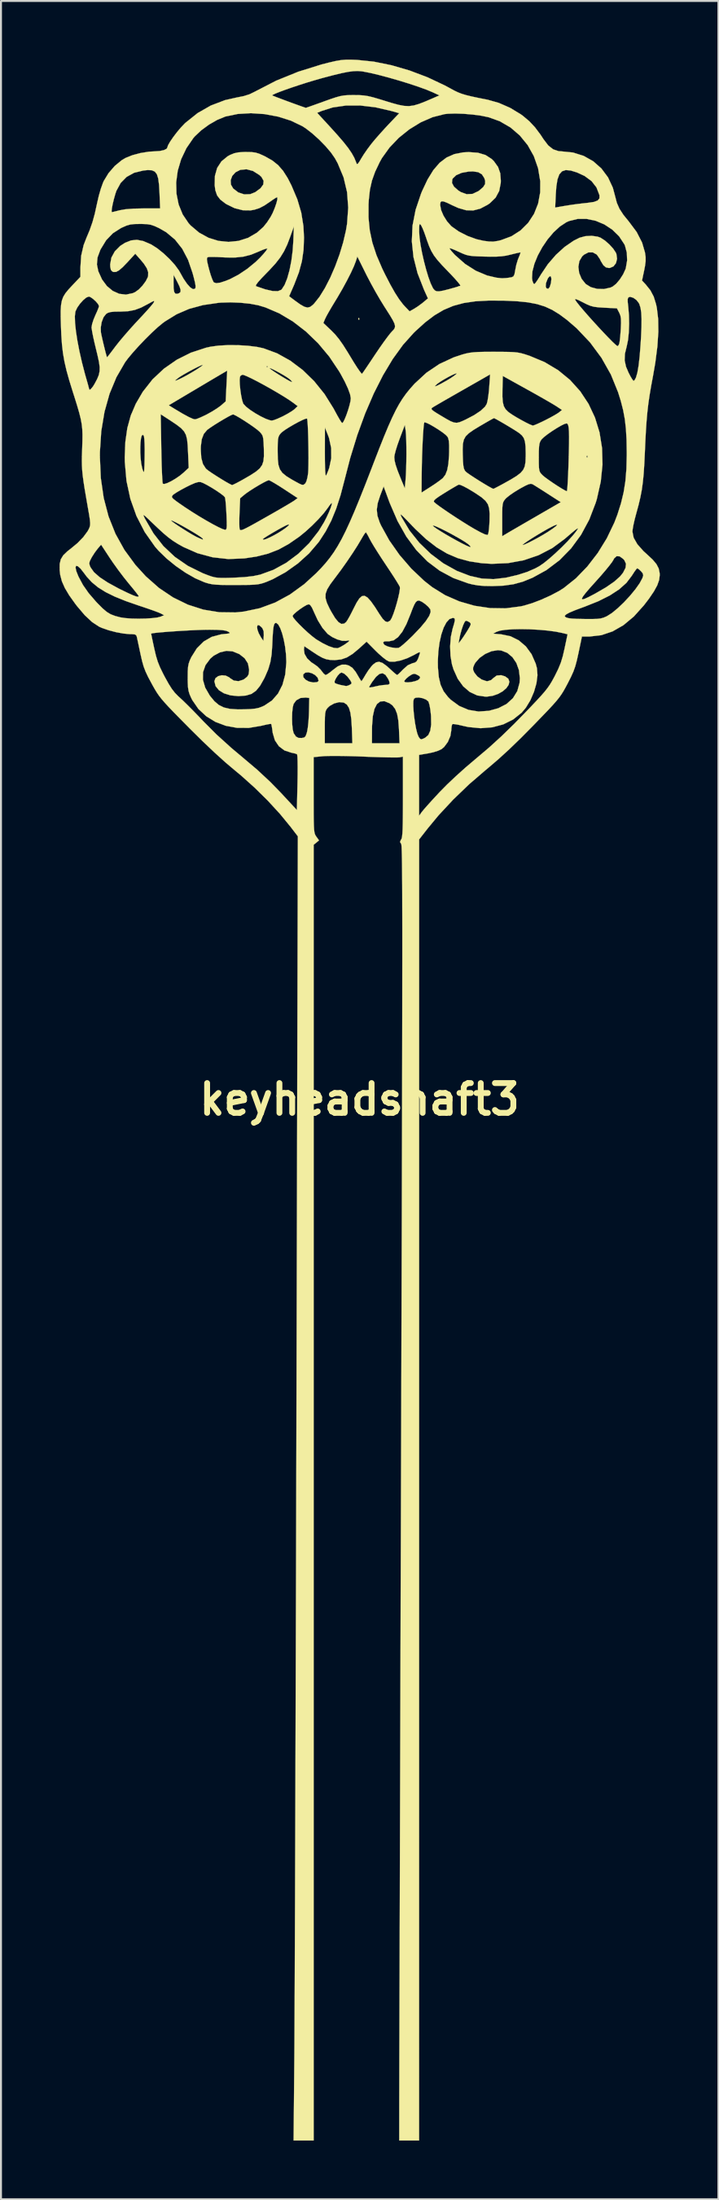
<source format=kicad_pcb>
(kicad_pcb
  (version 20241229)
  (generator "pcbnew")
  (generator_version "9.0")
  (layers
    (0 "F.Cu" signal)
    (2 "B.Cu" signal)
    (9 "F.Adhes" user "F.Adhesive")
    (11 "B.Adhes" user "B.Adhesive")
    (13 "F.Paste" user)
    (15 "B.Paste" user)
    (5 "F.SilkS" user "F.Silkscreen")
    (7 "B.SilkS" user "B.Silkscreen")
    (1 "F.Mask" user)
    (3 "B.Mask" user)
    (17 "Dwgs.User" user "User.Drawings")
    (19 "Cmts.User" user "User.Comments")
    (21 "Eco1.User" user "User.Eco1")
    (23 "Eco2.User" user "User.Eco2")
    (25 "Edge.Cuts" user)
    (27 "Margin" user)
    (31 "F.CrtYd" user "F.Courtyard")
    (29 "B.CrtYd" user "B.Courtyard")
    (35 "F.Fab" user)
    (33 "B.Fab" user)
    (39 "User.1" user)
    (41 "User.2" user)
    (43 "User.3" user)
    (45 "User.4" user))
  (footprint "keyheadshaft3"
    (layer "F.Cu")
    (at 15.354 53.209)
    (property "Reference" "keyheadshaft3" (at 0 0 0) (layer "F.SilkS") (effects (font (size 1.524 1.524) (thickness 0.3))))
    (attr through_hole)
    (fp_poly (pts (xy -0.021 -39.984) (xy -0.014 -39.908) (xy -0.021 -39.899) (xy -0.059 -39.908) (xy -0.064 -39.941) (xy -0.04 -39.994) (xy -0.021 -39.984)) (stroke (width 0.01) (type solid)) (fill yes) (layer "F.SilkS"))
    (fp_poly (pts (xy -0.127 -53.193) (xy 0.732 -53.104) (xy 1.638 -52.92) (xy 2.565 -52.65) (xy 3.485 -52.302) (xy 4.371 -51.884) (xy 4.667 -51.724) (xy 4.864 -51.617) (xy 5.045 -51.531) (xy 5.235 -51.458) (xy 5.457 -51.391) (xy 5.733 -51.324) (xy 6.088 -51.248) (xy 6.544 -51.158) (xy 6.552 -51.157) (xy 7.126 -50.995) (xy 7.707 -50.741) (xy 8.245 -50.416) (xy 8.358 -50.334) (xy 8.688 -50.057) (xy 8.98 -49.746) (xy 9.264 -49.368) (xy 9.419 -49.132) (xy 9.66 -48.816) (xy 9.912 -48.617) (xy 10.191 -48.524) (xy 10.331 -48.514) (xy 10.926 -48.454) (xy 11.473 -48.282) (xy 11.962 -48.007) (xy 12.381 -47.637) (xy 12.719 -47.183) (xy 12.966 -46.653) (xy 13.086 -46.204) (xy 13.171 -45.879) (xy 13.305 -45.576) (xy 13.508 -45.264) (xy 13.782 -44.927) (xy 14.184 -44.39) (xy 14.463 -43.847) (xy 14.611 -43.339) (xy 14.644 -43.109) (xy 14.645 -42.896) (xy 14.613 -42.648) (xy 14.571 -42.43) (xy 14.46 -41.903) (xy 14.65 -41.7) (xy 14.888 -41.403) (xy 15.058 -41.081) (xy 15.178 -40.693) (xy 15.219 -40.501) (xy 15.286 -39.941) (xy 15.295 -39.28) (xy 15.246 -38.53) (xy 15.14 -37.701) (xy 15.028 -37.052) (xy 14.929 -36.522) (xy 14.849 -36.05) (xy 14.784 -35.608) (xy 14.733 -35.169) (xy 14.692 -34.705) (xy 14.657 -34.187) (xy 14.626 -33.588) (xy 14.607 -33.147) (xy 14.578 -32.536) (xy 14.545 -32.025) (xy 14.502 -31.585) (xy 14.448 -31.191) (xy 14.376 -30.814) (xy 14.285 -30.428) (xy 14.17 -30.004) (xy 14.161 -29.972) (xy 14.081 -29.669) (xy 14.017 -29.383) (xy 13.978 -29.153) (xy 13.97 -29.048) (xy 14.032 -28.741) (xy 14.22 -28.411) (xy 14.532 -28.058) (xy 14.718 -27.889) (xy 15.007 -27.619) (xy 15.201 -27.386) (xy 15.314 -27.166) (xy 15.362 -26.933) (xy 15.366 -26.821) (xy 15.335 -26.576) (xy 15.238 -26.304) (xy 15.066 -25.99) (xy 14.813 -25.618) (xy 14.553 -25.279) (xy 14.042 -24.711) (xy 13.509 -24.267) (xy 12.954 -23.949) (xy 12.378 -23.755) (xy 11.779 -23.686) (xy 11.743 -23.686) (xy 11.384 -23.686) (xy 11.208 -22.844) (xy 11.123 -22.462) (xy 11.042 -22.161) (xy 10.947 -21.894) (xy 10.822 -21.617) (xy 10.653 -21.284) (xy 10.647 -21.273) (xy 10.535 -21.064) (xy 10.435 -20.886) (xy 10.332 -20.723) (xy 10.217 -20.562) (xy 10.076 -20.388) (xy 9.899 -20.186) (xy 9.672 -19.941) (xy 9.383 -19.64) (xy 9.022 -19.266) (xy 8.893 -19.133) (xy 8.249 -18.482) (xy 7.661 -17.914) (xy 7.113 -17.413) (xy 6.585 -16.961) (xy 6.468 -16.865) (xy 5.611 -16.127) (xy 4.793 -15.34) (xy 4.044 -14.535) (xy 3.497 -13.875) (xy 3.05 -13.303) (xy 3.049 19.987) (xy 3.048 53.276) (xy 2.032 53.276) (xy 2.033 51.451) (xy 2.033 51.271) (xy 2.034 50.967) (xy 2.035 50.545) (xy 2.036 50.009) (xy 2.037 49.362) (xy 2.039 48.608) (xy 2.042 47.753) (xy 2.044 46.799) (xy 2.047 45.752) (xy 2.051 44.614) (xy 2.054 43.391) (xy 2.058 42.087) (xy 2.062 40.705) (xy 2.066 39.249) (xy 2.07 37.725) (xy 2.075 36.136) (xy 2.08 34.485) (xy 2.085 32.778) (xy 2.09 31.018) (xy 2.095 29.21) (xy 2.101 27.358) (xy 2.106 25.465) (xy 2.112 23.536) (xy 2.118 21.576) (xy 2.124 19.587) (xy 2.128 18.325) (xy 2.135 15.915) (xy 2.142 13.628) (xy 2.148 11.463) (xy 2.154 9.415) (xy 2.16 7.481) (xy 2.165 5.659) (xy 2.169 3.944) (xy 2.173 2.335) (xy 2.177 0.827) (xy 2.18 -0.582) (xy 2.183 -1.896) (xy 2.185 -3.118) (xy 2.187 -4.251) (xy 2.188 -5.298) (xy 2.189 -6.262) (xy 2.19 -7.147) (xy 2.19 -7.955) (xy 2.19 -8.69) (xy 2.189 -9.355) (xy 2.187 -9.953) (xy 2.186 -10.487) (xy 2.184 -10.96) (xy 2.181 -11.377) (xy 2.178 -11.739) (xy 2.175 -12.05) (xy 2.171 -12.313) (xy 2.166 -12.531) (xy 2.161 -12.707) (xy 2.156 -12.846) (xy 2.151 -12.948) (xy 2.144 -13.019) (xy 2.138 -13.061) (xy 2.132 -13.076) (xy 2.074 -13.169) (xy 2.107 -13.264) (xy 2.132 -13.3) (xy 2.158 -13.355) (xy 2.178 -13.453) (xy 2.194 -13.606) (xy 2.206 -13.826) (xy 2.214 -14.126) (xy 2.219 -14.518) (xy 2.222 -15.015) (xy 2.223 -15.482) (xy 2.223 -17.541) (xy 2.048 -17.505) (xy 1.938 -17.498) (xy 1.721 -17.497) (xy 1.415 -17.502) (xy 1.04 -17.511) (xy 0.616 -17.525) (xy 0.254 -17.54) (xy -0.219 -17.558) (xy -0.678 -17.57) (xy -1.1 -17.576) (xy -1.46 -17.576) (xy -1.734 -17.57) (xy -1.857 -17.563) (xy -2.35 -17.515) (xy -2.35 -15.578) (xy -2.349 -15.03) (xy -2.348 -14.595) (xy -2.344 -14.258) (xy -2.337 -14.003) (xy -2.327 -13.817) (xy -2.311 -13.685) (xy -2.289 -13.592) (xy -2.261 -13.523) (xy -2.224 -13.465) (xy -2.211 -13.446) (xy -2.073 -13.253) (xy -2.211 -13.141) (xy -2.349 -13.029) (xy -2.349 53.276) (xy -3.375 53.276) (xy -3.338 49.133) (xy -3.335 48.792) (xy -3.332 48.328) (xy -3.329 47.747) (xy -3.326 47.053) (xy -3.322 46.251) (xy -3.318 45.346) (xy -3.314 44.342) (xy -3.31 43.245) (xy -3.306 42.058) (xy -3.301 40.787) (xy -3.297 39.437) (xy -3.292 38.012) (xy -3.287 36.517) (xy -3.282 34.956) (xy -3.277 33.336) (xy -3.272 31.659) (xy -3.267 29.931) (xy -3.262 28.157) (xy -3.257 26.341) (xy -3.251 24.489) (xy -3.246 22.604) (xy -3.241 20.692) (xy -3.236 18.758) (xy -3.231 16.806) (xy -3.229 15.764) (xy -3.157 -13.461) (xy -3.531 -13.95) (xy -4.072 -14.609) (xy -4.696 -15.288) (xy -5.373 -15.955) (xy -6.068 -16.578) (xy -6.35 -16.811) (xy -6.852 -17.235) (xy -7.419 -17.747) (xy -8.042 -18.338) (xy -8.706 -18.994) (xy -8.785 -19.075) (xy -9.186 -19.481) (xy -9.509 -19.81) (xy -9.766 -20.078) (xy -9.968 -20.298) (xy -10.128 -20.483) (xy -10.258 -20.649) (xy -10.368 -20.808) (xy -10.47 -20.975) (xy -10.578 -21.164) (xy -10.642 -21.281) (xy -10.824 -21.621) (xy -10.954 -21.897) (xy -11.051 -22.152) (xy -11.13 -22.431) (xy -11.208 -22.773) (xy -11.273 -23.08) (xy -11.331 -23.352) (xy -11.376 -23.56) (xy -11.4 -23.67) (xy -11.434 -23.754) (xy -11.51 -23.796) (xy -11.662 -23.811) (xy -11.77 -23.812) (xy -12.023 -23.833) (xy -10.668 -23.833) (xy -10.655 -23.766) (xy -10.621 -23.6) (xy -10.57 -23.359) (xy -10.508 -23.071) (xy -10.422 -22.705) (xy -10.33 -22.401) (xy -10.213 -22.11) (xy -10.054 -21.784) (xy -9.964 -21.612) (xy -9.773 -21.268) (xy -9.61 -21.009) (xy -9.451 -20.805) (xy -9.275 -20.625) (xy -9.201 -20.558) (xy -9.032 -20.402) (xy -8.8 -20.175) (xy -8.526 -19.9) (xy -8.233 -19.598) (xy -7.983 -19.336) (xy -7.318 -18.67) (xy -6.561 -17.984) (xy -6.002 -17.515) (xy -5.239 -16.869) (xy -4.568 -16.244) (xy -4.032 -15.694) (xy -3.207 -14.806) (xy -3.175 -16.213) (xy -3.168 -16.634) (xy -3.167 -17.005) (xy -3.171 -17.31) (xy -3.179 -17.53) (xy -3.191 -17.628) (xy 3.048 -17.628) (xy 3.048 -14.517) (xy 3.199 -14.721) (xy 3.292 -14.835) (xy 3.455 -15.021) (xy 3.669 -15.259) (xy 3.917 -15.528) (xy 4.103 -15.728) (xy 4.479 -16.11) (xy 4.929 -16.536) (xy 5.422 -16.979) (xy 5.928 -17.409) (xy 6 -17.469) (xy 6.635 -18.008) (xy 7.261 -18.578) (xy 7.908 -19.207) (xy 8.396 -19.706) (xy 8.768 -20.092) (xy 9.063 -20.404) (xy 9.295 -20.656) (xy 9.476 -20.864) (xy 9.618 -21.044) (xy 9.735 -21.21) (xy 9.838 -21.378) (xy 9.941 -21.565) (xy 9.993 -21.662) (xy 10.172 -22.025) (xy 10.303 -22.344) (xy 10.404 -22.677) (xy 10.493 -23.061) (xy 10.649 -23.802) (xy 10.388 -23.866) (xy 10.035 -23.937) (xy 9.622 -23.992) (xy 9.172 -24.032) (xy 8.709 -24.057) (xy 8.255 -24.065) (xy 7.836 -24.056) (xy 7.474 -24.03) (xy 7.192 -23.987) (xy 7.024 -23.931) (xy 6.84 -23.831) (xy 7.255 -23.798) (xy 7.727 -23.7) (xy 8.151 -23.49) (xy 8.514 -23.181) (xy 8.806 -22.782) (xy 9.016 -22.304) (xy 9.081 -22.065) (xy 9.108 -21.705) (xy 9.055 -21.291) (xy 8.93 -20.855) (xy 8.747 -20.429) (xy 8.515 -20.046) (xy 8.299 -19.789) (xy 7.863 -19.441) (xy 7.357 -19.19) (xy 6.796 -19.04) (xy 6.195 -18.994) (xy 5.569 -19.055) (xy 5.305 -19.113) (xy 5.068 -19.168) (xy 4.877 -19.201) (xy 4.767 -19.208) (xy 4.755 -19.204) (xy 4.72 -19.125) (xy 4.701 -18.967) (xy 4.699 -18.901) (xy 4.65 -18.594) (xy 4.519 -18.289) (xy 4.33 -18.034) (xy 4.203 -17.927) (xy 4.028 -17.843) (xy 3.778 -17.764) (xy 3.52 -17.708) (xy 3.048 -17.628) (xy -3.191 -17.628) (xy -3.193 -17.648) (xy -3.2 -17.662) (xy -3.295 -17.699) (xy -3.458 -17.735) (xy -3.49 -17.741) (xy -3.844 -17.857) (xy -4.129 -18.073) (xy -4.333 -18.376) (xy -4.444 -18.753) (xy -4.45 -18.799) (xy -4.478 -19.007) (xy -4.506 -19.158) (xy -4.523 -19.213) (xy -4.593 -19.211) (xy -4.755 -19.182) (xy -4.977 -19.131) (xy -5.048 -19.114) (xy -5.667 -19.01) (xy -6.272 -19.013) (xy -6.846 -19.118) (xy -7.377 -19.318) (xy -7.673 -19.5) (xy -3.455 -19.5) (xy -3.447 -19.201) (xy -3.421 -18.94) (xy -3.378 -18.758) (xy -3.367 -18.732) (xy -3.254 -18.566) (xy -3.121 -18.496) (xy -2.953 -18.494) (xy -2.836 -18.517) (xy -2.764 -18.582) (xy -2.71 -18.723) (xy -2.682 -18.828) (xy -2.647 -19.027) (xy -2.645 -19.046) (xy -1.778 -19.046) (xy -1.778 -18.224) (xy -0.366 -18.224) (xy 0.635 -18.224) (xy 2.048 -18.224) (xy 2.019 -18.939) (xy 1.986 -19.387) (xy 1.924 -19.728) (xy 1.824 -19.981) (xy 1.682 -20.165) (xy 1.678 -20.168) (xy 2.75 -20.168) (xy 2.765 -19.889) (xy 2.797 -19.575) (xy 2.841 -19.256) (xy 2.896 -18.962) (xy 2.956 -18.722) (xy 3.018 -18.565) (xy 3.022 -18.558) (xy 3.096 -18.454) (xy 3.164 -18.424) (xy 3.272 -18.463) (xy 3.366 -18.511) (xy 3.522 -18.645) (xy 3.621 -18.865) (xy 3.667 -19.18) (xy 3.66 -19.601) (xy 3.654 -19.685) (xy 3.624 -19.951) (xy 3.582 -20.182) (xy 3.535 -20.338) (xy 3.521 -20.364) (xy 3.405 -20.461) (xy 3.228 -20.531) (xy 3.034 -20.565) (xy 2.869 -20.554) (xy 2.785 -20.503) (xy 2.755 -20.383) (xy 2.75 -20.168) (xy 1.678 -20.168) (xy 1.536 -20.272) (xy 1.277 -20.377) (xy 1.061 -20.363) (xy 0.89 -20.229) (xy 0.762 -19.977) (xy 0.679 -19.607) (xy 0.641 -19.118) (xy 0.638 -18.939) (xy 0.635 -18.224) (xy -0.366 -18.224) (xy -0.393 -19.002) (xy -0.42 -19.453) (xy -0.468 -19.793) (xy -0.542 -20.037) (xy -0.647 -20.2) (xy -0.788 -20.296) (xy -0.819 -20.308) (xy -1.041 -20.328) (xy -1.294 -20.264) (xy -1.527 -20.134) (xy -1.635 -20.033) (xy -1.694 -19.956) (xy -1.734 -19.869) (xy -1.759 -19.747) (xy -1.772 -19.565) (xy -1.777 -19.298) (xy -1.778 -19.046) (xy -2.645 -19.046) (xy -2.616 -19.31) (xy -2.595 -19.633) (xy -2.587 -19.844) (xy -2.572 -20.542) (xy -2.753 -20.563) (xy -3.02 -20.541) (xy -3.24 -20.421) (xy -3.376 -20.235) (xy -3.42 -20.056) (xy -3.447 -19.798) (xy -3.455 -19.5) (xy -7.673 -19.5) (xy -7.849 -19.608) (xy -8.249 -19.981) (xy -8.56 -20.432) (xy -8.623 -20.557) (xy -8.703 -20.741) (xy -8.753 -20.908) (xy -8.781 -21.096) (xy -8.793 -21.344) (xy -8.794 -21.472) (xy -8.017 -21.472) (xy -7.9 -21.07) (xy -7.663 -20.659) (xy -7.65 -20.643) (xy -7.429 -20.375) (xy -7.203 -20.183) (xy -6.945 -20.055) (xy -6.632 -19.983) (xy -6.238 -19.956) (xy -5.898 -19.96) (xy -5.572 -19.973) (xy -5.336 -19.997) (xy -5.149 -20.038) (xy -4.976 -20.103) (xy -4.869 -20.153) (xy -4.483 -20.411) (xy -4.174 -20.765) (xy -3.999 -21.108) (xy 0.489 -21.108) (xy 0.515 -21.077) (xy 0.657 -21.095) (xy 0.778 -21.124) (xy 1.009 -21.174) (xy 1.224 -21.204) (xy 1.305 -21.209) (xy 1.475 -21.223) (xy 1.543 -21.279) (xy 1.522 -21.386) (xy 2.286 -21.386) (xy 2.34 -21.347) (xy 2.476 -21.339) (xy 2.655 -21.358) (xy 2.838 -21.398) (xy 2.984 -21.453) (xy 3.037 -21.49) (xy 3.107 -21.578) (xy 3.078 -21.644) (xy 3.02 -21.689) (xy 2.878 -21.762) (xy 2.787 -21.78) (xy 2.672 -21.742) (xy 2.524 -21.647) (xy 2.386 -21.53) (xy 2.298 -21.423) (xy 2.286 -21.386) (xy 1.522 -21.386) (xy 1.519 -21.402) (xy 1.46 -21.527) (xy 1.327 -21.724) (xy 1.184 -21.807) (xy 1.024 -21.775) (xy 0.845 -21.625) (xy 0.641 -21.355) (xy 0.489 -21.108) (xy -3.999 -21.108) (xy -3.947 -21.208) (xy -3.805 -21.733) (xy -2.886 -21.733) (xy -2.876 -21.604) (xy -2.77 -21.481) (xy -2.598 -21.384) (xy -2.39 -21.338) (xy -2.346 -21.336) (xy -2.168 -21.353) (xy -2.111 -21.399) (xy -1.276 -21.399) (xy -1.273 -21.314) (xy -1.272 -21.313) (xy -1.171 -21.263) (xy -0.981 -21.209) (xy -0.74 -21.162) (xy -0.678 -21.153) (xy -0.586 -21.174) (xy -0.5 -21.214) (xy -0.417 -21.269) (xy -0.414 -21.336) (xy -0.478 -21.452) (xy -0.626 -21.645) (xy -0.783 -21.786) (xy -0.918 -21.844) (xy -0.925 -21.844) (xy -1.015 -21.796) (xy -1.121 -21.68) (xy -1.216 -21.534) (xy -1.276 -21.399) (xy -2.111 -21.399) (xy -2.098 -21.409) (xy -2.095 -21.428) (xy -2.145 -21.582) (xy -2.27 -21.713) (xy -2.439 -21.808) (xy -2.618 -21.854) (xy -2.776 -21.839) (xy -2.879 -21.749) (xy -2.886 -21.733) (xy -3.805 -21.733) (xy -3.804 -21.735) (xy -3.749 -22.338) (xy -3.748 -22.416) (xy -3.765 -22.786) (xy -3.793 -23.023) (xy -2.846 -23.023) (xy -2.814 -22.796) (xy -2.681 -22.567) (xy -2.466 -22.365) (xy -2.358 -22.297) (xy -2.16 -22.158) (xy -1.99 -21.989) (xy -1.949 -21.933) (xy -1.843 -21.797) (xy -1.753 -21.722) (xy -1.734 -21.718) (xy -1.649 -21.756) (xy -1.505 -21.857) (xy -1.375 -21.963) (xy -1.121 -22.155) (xy -0.905 -22.247) (xy -0.697 -22.247) (xy -0.543 -22.199) (xy -0.367 -22.085) (xy -0.204 -21.886) (xy -0.124 -21.753) (xy -0.018 -21.571) (xy 0.062 -21.444) (xy 0.097 -21.399) (xy 0.137 -21.45) (xy 0.219 -21.581) (xy 0.309 -21.733) (xy 0.449 -21.952) (xy 0.604 -22.155) (xy 0.69 -22.249) (xy 0.846 -22.364) (xy 1.001 -22.394) (xy 1.176 -22.333) (xy 1.391 -22.178) (xy 1.553 -22.032) (xy 1.721 -21.878) (xy 1.853 -21.765) (xy 1.923 -21.717) (xy 1.926 -21.717) (xy 1.987 -21.76) (xy 2.104 -21.872) (xy 2.223 -21.996) (xy 2.47 -22.216) (xy 2.701 -22.316) (xy 2.704 -22.317) (xy 2.836 -22.352) (xy 2.925 -22.418) (xy 2.933 -22.434) (xy 4.008 -22.434) (xy 4.013 -22.099) (xy 4.057 -21.61) (xy 4.15 -21.215) (xy 4.304 -20.883) (xy 4.531 -20.589) (xy 4.673 -20.448) (xy 5.105 -20.132) (xy 5.582 -19.932) (xy 6.093 -19.848) (xy 6.626 -19.885) (xy 7.103 -20.017) (xy 7.525 -20.233) (xy 7.851 -20.529) (xy 8.076 -20.893) (xy 8.192 -21.316) (xy 8.207 -21.554) (xy 8.16 -21.966) (xy 8.029 -22.331) (xy 7.826 -22.631) (xy 7.565 -22.849) (xy 7.26 -22.969) (xy 7.081 -22.987) (xy 6.759 -22.935) (xy 6.433 -22.795) (xy 6.143 -22.59) (xy 5.927 -22.344) (xy 5.877 -22.255) (xy 5.814 -22.099) (xy 5.813 -21.984) (xy 5.874 -21.843) (xy 6.033 -21.641) (xy 6.255 -21.484) (xy 6.491 -21.404) (xy 6.552 -21.4) (xy 6.738 -21.458) (xy 6.847 -21.558) (xy 7.023 -21.69) (xy 7.25 -21.708) (xy 7.457 -21.644) (xy 7.616 -21.525) (xy 7.67 -21.376) (xy 7.631 -21.211) (xy 7.513 -21.042) (xy 7.33 -20.884) (xy 7.094 -20.75) (xy 6.82 -20.654) (xy 6.52 -20.61) (xy 6.447 -20.609) (xy 6.024 -20.672) (xy 5.641 -20.851) (xy 5.306 -21.138) (xy 5.027 -21.525) (xy 4.81 -22.005) (xy 4.73 -22.268) (xy 4.656 -22.703) (xy 4.638 -23.187) (xy 4.649 -23.336) (xy 5.068 -23.336) (xy 5.193 -23.495) (xy 5.294 -23.636) (xy 5.426 -23.836) (xy 5.527 -23.996) (xy 5.639 -24.184) (xy 5.689 -24.295) (xy 5.684 -24.362) (xy 5.632 -24.415) (xy 5.617 -24.425) (xy 5.498 -24.486) (xy 5.432 -24.492) (xy 5.374 -24.42) (xy 5.3 -24.257) (xy 5.224 -24.033) (xy 5.155 -23.783) (xy 5.114 -23.59) (xy 5.068 -23.336) (xy 4.649 -23.336) (xy 4.673 -23.665) (xy 4.762 -24.077) (xy 4.841 -24.34) (xy 4.878 -24.506) (xy 4.872 -24.596) (xy 4.826 -24.633) (xy 4.768 -24.638) (xy 4.6 -24.577) (xy 4.445 -24.405) (xy 4.305 -24.138) (xy 4.187 -23.792) (xy 4.095 -23.382) (xy 4.034 -22.924) (xy 4.008 -22.434) (xy 2.933 -22.434) (xy 2.995 -22.545) (xy 3.07 -22.762) (xy 3.077 -22.784) (xy 3.097 -22.862) (xy 3.078 -22.887) (xy 2.998 -22.857) (xy 2.834 -22.768) (xy 2.784 -22.74) (xy 2.447 -22.577) (xy 2.108 -22.461) (xy 1.799 -22.4) (xy 1.551 -22.401) (xy 1.492 -22.416) (xy 1.366 -22.487) (xy 1.182 -22.629) (xy 0.969 -22.816) (xy 0.829 -22.952) (xy 0.401 -23.383) (xy 1.205 -23.383) (xy 1.249 -23.288) (xy 1.291 -23.25) (xy 1.431 -23.181) (xy 1.638 -23.126) (xy 1.851 -23.097) (xy 2 -23.105) (xy 2.091 -23.16) (xy 2.249 -23.288) (xy 2.453 -23.472) (xy 2.684 -23.693) (xy 2.735 -23.744) (xy 3.117 -24.144) (xy 3.394 -24.476) (xy 3.568 -24.743) (xy 3.569 -24.744) (xy 10.505 -24.744) (xy 10.518 -24.702) (xy 10.587 -24.657) (xy 10.697 -24.625) (xy 10.869 -24.604) (xy 11.123 -24.591) (xy 11.478 -24.583) (xy 11.592 -24.582) (xy 11.927 -24.581) (xy 12.166 -24.589) (xy 12.341 -24.61) (xy 12.483 -24.648) (xy 12.625 -24.708) (xy 12.673 -24.732) (xy 12.926 -24.893) (xy 13.221 -25.137) (xy 13.534 -25.436) (xy 13.841 -25.766) (xy 14.117 -26.1) (xy 14.338 -26.412) (xy 14.479 -26.673) (xy 14.524 -26.817) (xy 14.495 -26.922) (xy 14.412 -27.022) (xy 14.299 -27.128) (xy 14.222 -27.178) (xy 14.218 -27.178) (xy 14.163 -27.128) (xy 14.066 -26.995) (xy 13.945 -26.808) (xy 13.934 -26.791) (xy 13.662 -26.433) (xy 13.291 -26.101) (xy 12.815 -25.79) (xy 12.226 -25.494) (xy 11.518 -25.211) (xy 11.43 -25.18) (xy 11.03 -25.031) (xy 10.746 -24.911) (xy 10.574 -24.817) (xy 10.505 -24.744) (xy 3.569 -24.744) (xy 3.641 -24.946) (xy 3.623 -25.077) (xy 3.519 -25.208) (xy 3.362 -25.348) (xy 3.194 -25.464) (xy 3.057 -25.525) (xy 3.034 -25.527) (xy 2.952 -25.51) (xy 2.879 -25.447) (xy 2.802 -25.317) (xy 2.71 -25.102) (xy 2.61 -24.837) (xy 2.4 -24.322) (xy 2.19 -23.931) (xy 1.973 -23.656) (xy 1.748 -23.494) (xy 1.51 -23.441) (xy 1.449 -23.443) (xy 1.274 -23.438) (xy 1.205 -23.383) (xy 0.401 -23.383) (xy 0.36 -23.423) (xy -0.026 -23.07) (xy -0.356 -22.796) (xy -0.65 -22.615) (xy -0.938 -22.515) (xy -1.252 -22.481) (xy -1.283 -22.48) (xy -1.512 -22.489) (xy -1.708 -22.525) (xy -1.904 -22.601) (xy -2.135 -22.73) (xy -2.413 -22.912) (xy -2.826 -23.19) (xy -2.846 -23.023) (xy -3.793 -23.023) (xy -3.809 -23.162) (xy -3.877 -23.523) (xy -3.961 -23.846) (xy -4.057 -24.111) (xy -4.158 -24.297) (xy -4.259 -24.381) (xy -4.28 -24.384) (xy -4.333 -24.365) (xy -4.373 -24.298) (xy -4.405 -24.168) (xy -4.429 -23.957) (xy -4.45 -23.651) (xy -4.468 -23.241) (xy -4.501 -22.768) (xy -4.566 -22.374) (xy -4.673 -22.01) (xy -4.836 -21.631) (xy -4.889 -21.523) (xy -5.093 -21.163) (xy -5.299 -20.911) (xy -5.531 -20.75) (xy -5.816 -20.665) (xy -6.176 -20.638) (xy -6.208 -20.637) (xy -6.602 -20.675) (xy -6.938 -20.779) (xy -7.198 -20.94) (xy -7.368 -21.148) (xy -7.429 -21.393) (xy -7.429 -21.399) (xy -7.376 -21.553) (xy -7.238 -21.657) (xy -7.051 -21.704) (xy -6.851 -21.686) (xy -6.672 -21.597) (xy -6.63 -21.558) (xy -6.432 -21.43) (xy -6.192 -21.402) (xy -5.951 -21.477) (xy -5.904 -21.507) (xy -5.751 -21.627) (xy -5.677 -21.75) (xy -5.654 -21.928) (xy -5.653 -22.003) (xy -5.712 -22.31) (xy -5.883 -22.576) (xy -6.154 -22.788) (xy -6.497 -22.928) (xy -6.813 -22.953) (xy -7.147 -22.875) (xy -7.463 -22.706) (xy -7.639 -22.555) (xy -7.886 -22.222) (xy -8.012 -21.859) (xy -8.017 -21.472) (xy -8.794 -21.472) (xy -8.795 -21.59) (xy -8.792 -21.902) (xy -8.778 -22.126) (xy -8.746 -22.299) (xy -8.69 -22.46) (xy -8.611 -22.631) (xy -8.328 -23.083) (xy -7.979 -23.43) (xy -7.565 -23.669) (xy -7.092 -23.796) (xy -6.985 -23.809) (xy -6.767 -23.83) (xy -6.658 -23.85) (xy -6.642 -23.878) (xy -6.7 -23.922) (xy -6.731 -23.941) (xy -6.842 -23.983) (xy -7.018 -24.012) (xy -7.279 -24.029) (xy -7.643 -24.035) (xy -7.715 -24.035) (xy -7.979 -24.031) (xy -8.304 -24.019) (xy -8.671 -24.002) (xy -9.059 -23.981) (xy -9.446 -23.956) (xy -9.814 -23.93) (xy -10.14 -23.903) (xy -10.404 -23.878) (xy -10.587 -23.855) (xy -10.666 -23.836) (xy -10.668 -23.833) (xy -12.023 -23.833) (xy -12.086 -23.839) (xy -12.462 -23.908) (xy -12.848 -24.009) (xy -13.19 -24.128) (xy -13.307 -24.181) (xy -5.246 -24.181) (xy -5.227 -24.038) (xy -5.161 -23.855) (xy -5.048 -23.65) (xy -5.031 -23.625) (xy -4.921 -23.463) (xy -4.901 -23.741) (xy -4.906 -23.951) (xy -4.967 -24.1) (xy -5.024 -24.17) (xy -5.144 -24.266) (xy -5.218 -24.263) (xy -5.246 -24.181) (xy -13.307 -24.181) (xy -13.336 -24.194) (xy -13.69 -24.427) (xy -14.065 -24.777) (xy -14.464 -25.246) (xy -14.549 -25.357) (xy -14.861 -25.794) (xy -15.086 -26.172) (xy -15.236 -26.513) (xy -15.321 -26.84) (xy -15.349 -27.083) (xy -15.349 -27.215) (xy -14.538 -27.215) (xy -14.496 -27.024) (xy -14.385 -26.749) (xy -14.155 -26.321) (xy -13.867 -25.908) (xy -13.495 -25.476) (xy -13.402 -25.378) (xy -13.148 -25.123) (xy -12.937 -24.945) (xy -12.735 -24.823) (xy -12.505 -24.736) (xy -12.232 -24.665) (xy -11.985 -24.628) (xy -11.666 -24.605) (xy -11.31 -24.598) (xy -10.948 -24.605) (xy -10.617 -24.626) (xy -10.348 -24.659) (xy -10.192 -24.699) (xy -10.1 -24.736) (xy -3.429 -24.736) (xy -3.384 -24.646) (xy -3.261 -24.496) (xy -3.083 -24.306) (xy -2.87 -24.096) (xy -2.643 -23.886) (xy -2.423 -23.699) (xy -2.23 -23.552) (xy -2.197 -23.53) (xy -1.872 -23.336) (xy -1.57 -23.191) (xy -1.316 -23.105) (xy -1.134 -23.088) (xy -1.111 -23.092) (xy -0.981 -23.149) (xy -0.807 -23.248) (xy -0.746 -23.288) (xy -0.579 -23.408) (xy -0.52 -23.471) (xy -0.567 -23.486) (xy -0.695 -23.464) (xy -0.892 -23.468) (xy -1.14 -23.539) (xy -1.396 -23.658) (xy -1.616 -23.809) (xy -1.641 -23.831) (xy -1.896 -24.127) (xy -2.137 -24.517) (xy -2.321 -24.914) (xy -2.433 -25.163) (xy -2.527 -25.3) (xy -2.602 -25.337) (xy -2.708 -25.301) (xy -2.869 -25.208) (xy -3.054 -25.083) (xy -3.23 -24.948) (xy -3.366 -24.827) (xy -3.428 -24.743) (xy -3.429 -24.736) (xy -10.1 -24.736) (xy -10.001 -24.775) (xy -10.177 -24.868) (xy -10.298 -24.92) (xy -10.513 -25.001) (xy -10.798 -25.101) (xy -11.126 -25.213) (xy -11.289 -25.266) (xy -11.965 -25.501) (xy -12.529 -25.729) (xy -12.996 -25.959) (xy -13.382 -26.2) (xy -13.7 -26.461) (xy -13.966 -26.75) (xy -14.085 -26.91) (xy -14.276 -27.155) (xy -14.42 -27.285) (xy -14.51 -27.304) (xy -14.538 -27.215) (xy -15.349 -27.215) (xy -15.349 -27.391) (xy -15.341 -27.425) (xy -13.836 -27.425) (xy -13.807 -27.311) (xy -13.764 -27.217) (xy -13.593 -26.978) (xy -13.301 -26.721) (xy -12.884 -26.446) (xy -12.344 -26.151) (xy -12.231 -26.094) (xy -11.872 -25.92) (xy -11.612 -25.803) (xy -11.438 -25.738) (xy -11.34 -25.72) (xy -11.304 -25.746) (xy -11.303 -25.754) (xy -11.342 -25.814) (xy -11.447 -25.951) (xy -11.603 -26.146) (xy -11.795 -26.378) (xy -11.818 -26.405) (xy -12.074 -26.725) (xy -12.357 -27.099) (xy -12.625 -27.473) (xy -12.781 -27.703) (xy -13.229 -28.386) (xy -13.406 -28.179) (xy -13.552 -27.985) (xy -13.695 -27.762) (xy -13.726 -27.706) (xy -13.811 -27.538) (xy -13.836 -27.425) (xy -15.341 -27.425) (xy -15.294 -27.632) (xy -15.169 -27.84) (xy -14.956 -28.046) (xy -14.784 -28.18) (xy -14.438 -28.466) (xy -14.142 -28.772) (xy -13.923 -29.068) (xy -13.858 -29.186) (xy -13.816 -29.283) (xy -13.792 -29.379) (xy -13.788 -29.498) (xy -13.803 -29.666) (xy -13.84 -29.909) (xy -13.899 -30.247) (xy -13.995 -30.801) (xy -14.072 -31.252) (xy -14.129 -31.62) (xy -14.17 -31.928) (xy -14.196 -32.195) (xy -14.21 -32.445) (xy -14.214 -32.697) (xy -14.211 -32.893) (xy -13.292 -32.893) (xy -13.244 -31.797) (xy -13.096 -30.777) (xy -12.847 -29.828) (xy -12.494 -28.944) (xy -12.036 -28.119) (xy -11.47 -27.348) (xy -10.941 -26.768) (xy -10.265 -26.171) (xy -9.543 -25.686) (xy -8.784 -25.315) (xy -7.993 -25.062) (xy -7.18 -24.929) (xy -6.351 -24.918) (xy -5.926 -24.961) (xy -5.103 -25.135) (xy -4.316 -25.426) (xy -3.891 -25.657) (xy -1.741 -25.657) (xy -1.673 -25.414) (xy -1.535 -25.12) (xy -1.446 -24.956) (xy -1.25 -24.63) (xy -1.079 -24.423) (xy -0.927 -24.33) (xy -0.786 -24.347) (xy -0.682 -24.432) (xy -0.612 -24.536) (xy -0.505 -24.723) (xy -0.381 -24.963) (xy -0.312 -25.102) (xy -0.151 -25.417) (xy -0.009 -25.635) (xy 0.123 -25.753) (xy 0.258 -25.77) (xy 0.407 -25.683) (xy 0.582 -25.489) (xy 0.795 -25.188) (xy 1.014 -24.842) (xy 1.183 -24.596) (xy 1.32 -24.46) (xy 1.438 -24.427) (xy 1.552 -24.49) (xy 1.579 -24.516) (xy 1.648 -24.635) (xy 1.733 -24.843) (xy 1.823 -25.109) (xy 1.91 -25.403) (xy 1.986 -25.694) (xy 2.042 -25.951) (xy 2.068 -26.143) (xy 2.064 -26.226) (xy 2.016 -26.317) (xy 1.909 -26.495) (xy 1.755 -26.739) (xy 1.565 -27.03) (xy 1.361 -27.336) (xy 1.136 -27.675) (xy 0.924 -28.004) (xy 0.739 -28.299) (xy 0.599 -28.535) (xy 0.526 -28.669) (xy 0.431 -28.853) (xy 0.356 -28.979) (xy 0.32 -29.019) (xy 0.274 -28.969) (xy 0.188 -28.836) (xy 0.1 -28.686) (xy -0.099 -28.35) (xy -0.355 -27.951) (xy -0.645 -27.522) (xy -0.946 -27.097) (xy -1.234 -26.712) (xy -1.251 -26.69) (xy -1.494 -26.364) (xy -1.655 -26.103) (xy -1.736 -25.877) (xy -1.741 -25.657) (xy -3.891 -25.657) (xy -3.561 -25.836) (xy -2.832 -26.366) (xy -2.222 -26.923) (xy -1.968 -27.185) (xy -1.736 -27.444) (xy -1.521 -27.712) (xy -1.316 -27.998) (xy -1.117 -28.315) (xy -0.916 -28.673) (xy -0.71 -29.082) (xy -0.492 -29.554) (xy -0.256 -30.099) (xy 0.003 -30.728) (xy 0.291 -31.451) (xy 0.613 -32.28) (xy 0.726 -32.575) (xy 0.839 -32.867) (xy 1.778 -32.867) (xy 1.795 -32.69) (xy 1.849 -32.468) (xy 1.946 -32.181) (xy 2.095 -31.806) (xy 2.144 -31.686) (xy 2.318 -31.274) (xy 2.357 -31.718) (xy 2.373 -31.954) (xy 2.386 -32.276) (xy 2.396 -32.644) (xy 2.4 -33.016) (xy 2.4 -33.052) (xy 2.398 -33.403) (xy 2.391 -33.734) (xy 2.379 -34.012) (xy 2.364 -34.202) (xy 2.361 -34.226) (xy 2.318 -34.51) (xy 2.048 -33.794) (xy 1.941 -33.494) (xy 1.854 -33.216) (xy 1.797 -32.994) (xy 1.778 -32.867) (xy 0.839 -32.867) (xy 1.006 -33.298) (xy 1.251 -33.913) (xy 1.469 -34.436) (xy 1.666 -34.878) (xy 1.849 -35.254) (xy 1.904 -35.356) (xy 3.683 -35.356) (xy 3.693 -35.307) (xy 3.77 -35.237) (xy 3.931 -35.13) (xy 4.139 -35.004) (xy 4.443 -34.823) (xy 4.665 -34.702) (xy 4.834 -34.637) (xy 4.977 -34.622) (xy 5.123 -34.654) (xy 5.3 -34.727) (xy 5.447 -34.796) (xy 5.87 -35.018) (xy 6.197 -35.236) (xy 6.419 -35.442) (xy 6.509 -35.583) (xy 6.549 -35.731) (xy 6.588 -35.962) (xy 7.313 -35.962) (xy 7.334 -35.683) (xy 7.384 -35.478) (xy 7.472 -35.322) (xy 7.604 -35.189) (xy 7.654 -35.15) (xy 7.815 -35.039) (xy 8.031 -34.906) (xy 8.272 -34.769) (xy 8.508 -34.642) (xy 8.709 -34.543) (xy 8.845 -34.488) (xy 8.875 -34.481) (xy 8.964 -34.508) (xy 9.136 -34.581) (xy 9.364 -34.687) (xy 9.51 -34.759) (xy 9.768 -34.893) (xy 9.998 -35.021) (xy 10.165 -35.123) (xy 10.214 -35.159) (xy 10.364 -35.28) (xy 10.087 -35.464) (xy 9.95 -35.549) (xy 9.722 -35.684) (xy 9.424 -35.855) (xy 9.078 -36.052) (xy 8.703 -36.262) (xy 8.572 -36.334) (xy 7.334 -37.021) (xy 7.316 -36.341) (xy 7.313 -35.962) (xy 6.588 -35.962) (xy 6.589 -35.968) (xy 6.623 -36.255) (xy 6.638 -36.441) (xy 6.685 -37.1) (xy 6.406 -36.94) (xy 6.265 -36.859) (xy 6.036 -36.728) (xy 5.74 -36.56) (xy 5.4 -36.366) (xy 5.037 -36.159) (xy 4.985 -36.129) (xy 4.634 -35.929) (xy 4.315 -35.746) (xy 4.047 -35.59) (xy 3.848 -35.474) (xy 3.737 -35.406) (xy 3.726 -35.399) (xy 3.683 -35.356) (xy 1.904 -35.356) (xy 2.025 -35.577) (xy 2.202 -35.86) (xy 2.385 -36.117) (xy 2.583 -36.361) (xy 2.72 -36.514) (xy 3.869 -36.514) (xy 3.873 -36.487) (xy 3.976 -36.524) (xy 4.175 -36.625) (xy 4.455 -36.781) (xy 4.671 -36.912) (xy 4.85 -37.034) (xy 4.956 -37.121) (xy 4.963 -37.129) (xy 4.958 -37.154) (xy 4.869 -37.125) (xy 4.719 -37.057) (xy 4.533 -36.961) (xy 4.336 -36.85) (xy 4.151 -36.737) (xy 4.002 -36.634) (xy 3.969 -36.608) (xy 3.869 -36.514) (xy 2.72 -36.514) (xy 2.801 -36.606) (xy 2.826 -36.632) (xy 3.426 -37.186) (xy 4.089 -37.632) (xy 4.823 -37.973) (xy 5.252 -38.115) (xy 5.446 -38.168) (xy 5.63 -38.206) (xy 5.83 -38.231) (xy 6.072 -38.247) (xy 6.381 -38.255) (xy 6.784 -38.257) (xy 6.921 -38.257) (xy 7.338 -38.255) (xy 7.654 -38.25) (xy 7.896 -38.239) (xy 8.089 -38.219) (xy 8.26 -38.186) (xy 8.435 -38.138) (xy 8.641 -38.071) (xy 8.7 -38.052) (xy 9.474 -37.729) (xy 10.167 -37.315) (xy 10.775 -36.816) (xy 11.294 -36.24) (xy 11.721 -35.595) (xy 12.052 -34.89) (xy 12.285 -34.132) (xy 12.414 -33.328) (xy 12.437 -32.488) (xy 12.349 -31.618) (xy 12.149 -30.727) (xy 12.091 -30.535) (xy 11.76 -29.672) (xy 11.339 -28.891) (xy 10.83 -28.197) (xy 10.238 -27.593) (xy 9.566 -27.085) (xy 8.854 -26.694) (xy 8.359 -26.493) (xy 7.877 -26.361) (xy 7.362 -26.289) (xy 6.795 -26.267) (xy 6.391 -26.274) (xy 6.066 -26.301) (xy 5.774 -26.353) (xy 5.564 -26.406) (xy 4.8 -26.68) (xy 4.104 -27.054) (xy 3.473 -27.53) (xy 2.905 -28.111) (xy 2.396 -28.799) (xy 1.945 -29.598) (xy 1.8 -29.933) (xy 2.1 -29.933) (xy 2.111 -29.885) (xy 2.159 -29.782) (xy 2.558 -29.112) (xy 3.061 -28.483) (xy 3.645 -27.917) (xy 4.288 -27.433) (xy 4.97 -27.053) (xy 5.003 -27.038) (xy 5.647 -26.791) (xy 6.256 -26.653) (xy 6.857 -26.622) (xy 7.474 -26.694) (xy 7.532 -26.705) (xy 8.107 -26.841) (xy 8.586 -26.994) (xy 9 -27.175) (xy 9.205 -27.287) (xy 9.429 -27.441) (xy 9.71 -27.668) (xy 10.023 -27.945) (xy 10.344 -28.249) (xy 10.647 -28.555) (xy 10.907 -28.841) (xy 11.053 -29.02) (xy 11.149 -29.152) (xy 11.184 -29.218) (xy 11.151 -29.215) (xy 11.043 -29.139) (xy 10.856 -28.985) (xy 10.582 -28.75) (xy 10.501 -28.68) (xy 9.867 -28.212) (xy 9.166 -27.848) (xy 8.408 -27.59) (xy 7.602 -27.442) (xy 6.76 -27.406) (xy 6.255 -27.438) (xy 5.615 -27.536) (xy 5.03 -27.697) (xy 4.481 -27.931) (xy 3.949 -28.25) (xy 3.415 -28.663) (xy 2.862 -29.18) (xy 2.684 -29.364) (xy 3.747 -29.364) (xy 3.799 -29.307) (xy 3.943 -29.205) (xy 4.155 -29.07) (xy 4.413 -28.914) (xy 4.695 -28.751) (xy 4.98 -28.593) (xy 5.244 -28.452) (xy 5.465 -28.342) (xy 5.623 -28.275) (xy 5.683 -28.26) (xy 5.682 -28.295) (xy 5.603 -28.378) (xy 8.346 -28.378) (xy 8.373 -28.369) (xy 8.488 -28.412) (xy 8.669 -28.497) (xy 8.895 -28.613) (xy 9.145 -28.747) (xy 9.395 -28.891) (xy 9.626 -29.031) (xy 9.66 -29.053) (xy 9.902 -29.216) (xy 10.056 -29.333) (xy 10.119 -29.4) (xy 10.085 -29.41) (xy 9.952 -29.359) (xy 9.836 -29.302) (xy 9.62 -29.187) (xy 9.365 -29.041) (xy 9.095 -28.88) (xy 8.834 -28.718) (xy 8.607 -28.572) (xy 8.438 -28.455) (xy 8.351 -28.384) (xy 8.346 -28.378) (xy 5.603 -28.378) (xy 5.6 -28.381) (xy 5.563 -28.412) (xy 5.418 -28.516) (xy 5.209 -28.646) (xy 4.956 -28.792) (xy 4.682 -28.943) (xy 4.408 -29.087) (xy 4.156 -29.212) (xy 3.947 -29.308) (xy 3.804 -29.363) (xy 3.747 -29.366) (xy 3.747 -29.364) (xy 2.684 -29.364) (xy 2.635 -29.414) (xy 2.396 -29.665) (xy 2.233 -29.831) (xy 2.138 -29.917) (xy 2.1 -29.933) (xy 1.8 -29.933) (xy 1.55 -30.51) (xy 1.517 -30.598) (xy 3.801 -30.598) (xy 3.814 -30.57) (xy 3.908 -30.487) (xy 4.09 -30.351) (xy 4.34 -30.176) (xy 4.636 -29.975) (xy 4.959 -29.762) (xy 5.289 -29.551) (xy 5.604 -29.355) (xy 5.871 -29.196) (xy 6.194 -29.019) (xy 6.416 -28.915) (xy 6.543 -28.885) (xy 6.568 -28.895) (xy 6.597 -28.982) (xy 6.624 -29.166) (xy 6.645 -29.417) (xy 6.654 -29.609) (xy 6.655 -29.676) (xy 7.303 -29.676) (xy 7.303 -28.819) (xy 7.509 -28.942) (xy 7.622 -29.009) (xy 7.827 -29.129) (xy 8.105 -29.29) (xy 8.437 -29.483) (xy 8.804 -29.695) (xy 9.008 -29.813) (xy 10.3 -30.561) (xy 9.635 -30.99) (xy 9.369 -31.161) (xy 9.132 -31.311) (xy 8.951 -31.424) (xy 8.85 -31.484) (xy 8.848 -31.484) (xy 8.77 -31.503) (xy 8.658 -31.48) (xy 8.491 -31.406) (xy 8.245 -31.273) (xy 8.176 -31.233) (xy 7.919 -31.076) (xy 7.688 -30.917) (xy 7.518 -30.78) (xy 7.464 -30.725) (xy 7.399 -30.642) (xy 7.354 -30.558) (xy 7.326 -30.448) (xy 7.31 -30.287) (xy 7.304 -30.051) (xy 7.303 -29.715) (xy 7.303 -29.676) (xy 6.655 -29.676) (xy 6.659 -29.969) (xy 6.636 -30.242) (xy 6.571 -30.454) (xy 6.447 -30.633) (xy 6.25 -30.807) (xy 5.963 -31.002) (xy 5.81 -31.099) (xy 5.542 -31.259) (xy 5.315 -31.379) (xy 5.152 -31.449) (xy 5.08 -31.46) (xy 4.99 -31.414) (xy 4.818 -31.315) (xy 4.59 -31.179) (xy 4.364 -31.04) (xy 4.091 -30.868) (xy 3.915 -30.744) (xy 3.823 -30.658) (xy 3.801 -30.598) (xy 1.517 -30.598) (xy 1.499 -30.645) (xy 1.35 -31.052) (xy 3.175 -31.052) (xy 3.635 -31.345) (xy 3.872 -31.501) (xy 4.087 -31.654) (xy 4.242 -31.775) (xy 4.266 -31.796) (xy 4.394 -31.964) (xy 4.487 -32.201) (xy 4.548 -32.525) (xy 4.581 -32.951) (xy 4.587 -33.153) (xy 4.587 -33.263) (xy 5.279 -33.263) (xy 5.284 -32.979) (xy 5.295 -32.657) (xy 5.313 -32.435) (xy 5.341 -32.288) (xy 5.385 -32.189) (xy 5.429 -32.13) (xy 5.516 -32.059) (xy 5.68 -31.945) (xy 5.897 -31.803) (xy 6.139 -31.649) (xy 6.382 -31.5) (xy 6.598 -31.372) (xy 6.763 -31.281) (xy 6.85 -31.243) (xy 6.853 -31.243) (xy 6.916 -31.271) (xy 7.064 -31.347) (xy 7.269 -31.456) (xy 7.361 -31.506) (xy 7.748 -31.722) (xy 8.036 -31.899) (xy 8.241 -32.056) (xy 8.376 -32.213) (xy 8.456 -32.39) (xy 8.494 -32.605) (xy 8.505 -32.858) (xy 9.176 -32.858) (xy 9.177 -32.545) (xy 9.184 -32.332) (xy 9.202 -32.191) (xy 9.238 -32.094) (xy 9.298 -32.014) (xy 9.37 -31.939) (xy 9.486 -31.841) (xy 9.669 -31.707) (xy 9.891 -31.553) (xy 10.124 -31.399) (xy 10.34 -31.264) (xy 10.512 -31.165) (xy 10.61 -31.121) (xy 10.613 -31.12) (xy 10.627 -31.179) (xy 10.643 -31.347) (xy 10.659 -31.606) (xy 10.676 -31.938) (xy 10.692 -32.326) (xy 10.698 -32.528) (xy 10.709 -32.893) (xy 11.62 -32.893) (xy 11.644 -32.841) (xy 11.663 -32.851) (xy 11.67 -32.926) (xy 11.663 -32.935) (xy 11.625 -32.927) (xy 11.62 -32.893) (xy 10.709 -32.893) (xy 10.715 -33.102) (xy 10.725 -33.562) (xy 10.727 -33.919) (xy 10.721 -34.186) (xy 10.706 -34.374) (xy 10.682 -34.497) (xy 10.648 -34.566) (xy 10.604 -34.593) (xy 10.602 -34.593) (xy 10.499 -34.568) (xy 10.324 -34.483) (xy 10.103 -34.355) (xy 9.864 -34.203) (xy 9.636 -34.045) (xy 9.446 -33.897) (xy 9.321 -33.778) (xy 9.308 -33.761) (xy 9.249 -33.667) (xy 9.211 -33.556) (xy 9.189 -33.401) (xy 9.178 -33.173) (xy 9.176 -32.858) (xy 8.505 -32.858) (xy 8.506 -32.88) (xy 8.507 -33.064) (xy 8.498 -33.411) (xy 8.469 -33.659) (xy 8.411 -33.838) (xy 8.315 -33.975) (xy 8.191 -34.084) (xy 8.077 -34.163) (xy 7.895 -34.279) (xy 7.672 -34.415) (xy 7.435 -34.557) (xy 7.211 -34.687) (xy 7.027 -34.791) (xy 6.909 -34.852) (xy 6.882 -34.861) (xy 6.817 -34.831) (xy 6.665 -34.748) (xy 6.449 -34.624) (xy 6.191 -34.473) (xy 6.176 -34.465) (xy 5.838 -34.26) (xy 5.596 -34.09) (xy 5.434 -33.932) (xy 5.338 -33.758) (xy 5.291 -33.544) (xy 5.279 -33.263) (xy 4.587 -33.263) (xy 4.587 -33.473) (xy 4.572 -33.693) (xy 4.537 -33.84) (xy 4.498 -33.915) (xy 4.406 -34.01) (xy 4.244 -34.136) (xy 4.039 -34.276) (xy 3.819 -34.414) (xy 3.61 -34.534) (xy 3.439 -34.617) (xy 3.334 -34.649) (xy 3.317 -34.644) (xy 3.297 -34.564) (xy 3.276 -34.377) (xy 3.256 -34.1) (xy 3.235 -33.752) (xy 3.217 -33.352) (xy 3.201 -32.92) (xy 3.189 -32.472) (xy 3.182 -32.029) (xy 3.18 -31.862) (xy 3.175 -31.052) (xy 1.35 -31.052) (xy 1.234 -31.365) (xy 1.056 -30.899) (xy 0.93 -30.51) (xy 0.883 -30.18) (xy 0.916 -29.866) (xy 1.03 -29.527) (xy 1.099 -29.373) (xy 1.522 -28.607) (xy 2.047 -27.86) (xy 2.65 -27.161) (xy 3.306 -26.539) (xy 3.718 -26.214) (xy 4.384 -25.801) (xy 5.115 -25.482) (xy 5.889 -25.26) (xy 6.684 -25.141) (xy 7.479 -25.129) (xy 8.25 -25.229) (xy 8.41 -25.265) (xy 8.839 -25.394) (xy 9.314 -25.575) (xy 9.423 -25.625) (xy 11.379 -25.625) (xy 11.407 -25.586) (xy 11.522 -25.614) (xy 11.722 -25.705) (xy 12.008 -25.854) (xy 12.08 -25.893) (xy 12.619 -26.205) (xy 13.037 -26.494) (xy 13.337 -26.761) (xy 13.488 -26.949) (xy 13.617 -27.202) (xy 13.64 -27.409) (xy 13.555 -27.592) (xy 13.497 -27.657) (xy 13.315 -27.789) (xy 13.16 -27.798) (xy 13.034 -27.685) (xy 12.994 -27.607) (xy 12.923 -27.493) (xy 12.781 -27.306) (xy 12.585 -27.066) (xy 12.35 -26.792) (xy 12.136 -26.553) (xy 11.815 -26.196) (xy 11.582 -25.925) (xy 11.437 -25.736) (xy 11.379 -25.625) (xy 9.423 -25.625) (xy 9.787 -25.79) (xy 10.214 -26.016) (xy 10.452 -26.166) (xy 11.076 -26.664) (xy 11.66 -27.268) (xy 12.193 -27.958) (xy 12.659 -28.714) (xy 13.045 -29.519) (xy 13.2 -29.924) (xy 13.383 -30.501) (xy 13.518 -31.06) (xy 13.609 -31.633) (xy 13.661 -32.256) (xy 13.679 -32.962) (xy 13.679 -33.115) (xy 13.668 -33.762) (xy 13.636 -34.316) (xy 13.58 -34.808) (xy 13.494 -35.273) (xy 13.374 -35.742) (xy 13.233 -36.193) (xy 12.867 -37.093) (xy 12.457 -37.82) (xy 13.57 -37.82) (xy 13.64 -37.495) (xy 13.768 -37.194) (xy 13.875 -36.988) (xy 13.967 -36.837) (xy 14.025 -36.768) (xy 14.03 -36.767) (xy 14.088 -36.819) (xy 14.151 -36.941) (xy 14.222 -37.186) (xy 14.285 -37.547) (xy 14.34 -38.029) (xy 14.387 -38.632) (xy 14.41 -39.001) (xy 14.433 -39.526) (xy 14.437 -39.942) (xy 14.421 -40.264) (xy 14.383 -40.51) (xy 14.324 -40.696) (xy 14.297 -40.751) (xy 14.173 -40.908) (xy 14.012 -41.022) (xy 13.857 -41.067) (xy 13.803 -41.058) (xy 13.75 -41.022) (xy 13.726 -40.947) (xy 13.728 -40.804) (xy 13.754 -40.565) (xy 13.755 -40.559) (xy 13.79 -40.133) (xy 13.799 -39.683) (xy 13.783 -39.245) (xy 13.743 -38.857) (xy 13.681 -38.555) (xy 13.678 -38.544) (xy 13.584 -38.154) (xy 13.57 -37.82) (xy 12.457 -37.82) (xy 12.387 -37.945) (xy 11.8 -38.737) (xy 11.114 -39.46) (xy 10.62 -39.886) (xy 10.234 -40.173) (xy 9.865 -40.4) (xy 9.489 -40.573) (xy 9.082 -40.699) (xy 8.621 -40.787) (xy 8.083 -40.842) (xy 7.444 -40.873) (xy 7.398 -40.875) (xy 6.616 -40.879) (xy 5.935 -40.841) (xy 5.337 -40.753) (xy 4.801 -40.609) (xy 4.306 -40.401) (xy 3.833 -40.121) (xy 3.361 -39.763) (xy 2.871 -39.32) (xy 2.767 -39.218) (xy 2.224 -38.612) (xy 1.7 -37.888) (xy 1.201 -37.056) (xy 0.729 -36.125) (xy 0.289 -35.104) (xy -0.114 -34) (xy -0.476 -32.825) (xy -0.76 -31.728) (xy -0.97 -30.926) (xy -1.195 -30.23) (xy -1.445 -29.619) (xy -1.729 -29.073) (xy -2.055 -28.57) (xy -2.11 -28.495) (xy -2.584 -27.941) (xy -3.153 -27.427) (xy -3.783 -26.979) (xy -4.442 -26.619) (xy -4.743 -26.491) (xy -4.903 -26.432) (xy -5.048 -26.389) (xy -5.2 -26.359) (xy -5.385 -26.34) (xy -5.626 -26.329) (xy -5.947 -26.325) (xy -6.35 -26.323) (xy -6.776 -26.323) (xy -7.1 -26.328) (xy -7.345 -26.34) (xy -7.536 -26.36) (xy -7.697 -26.391) (xy -7.852 -26.435) (xy -7.947 -26.467) (xy -8.408 -26.666) (xy -8.905 -26.95) (xy -9.405 -27.295) (xy -9.877 -27.679) (xy -10.289 -28.078) (xy -10.47 -28.286) (xy -10.997 -29.035) (xy -11.417 -29.85) (xy -11.434 -29.897) (xy -11.062 -29.897) (xy -11.042 -29.837) (xy -10.987 -29.722) (xy -10.985 -29.718) (xy -10.548 -28.965) (xy -10.041 -28.315) (xy -9.455 -27.763) (xy -8.786 -27.302) (xy -8.025 -26.926) (xy -7.747 -26.818) (xy -7.571 -26.757) (xy -7.414 -26.716) (xy -7.246 -26.693) (xy -7.038 -26.684) (xy -6.757 -26.687) (xy -6.445 -26.696) (xy -5.889 -26.727) (xy -5.439 -26.779) (xy -5.083 -26.853) (xy -4.405 -27.1) (xy -3.75 -27.459) (xy -3.136 -27.918) (xy -2.578 -28.463) (xy -2.095 -29.081) (xy -1.817 -29.533) (xy -1.688 -29.783) (xy -1.573 -30.034) (xy -1.481 -30.258) (xy -1.425 -30.429) (xy -1.416 -30.519) (xy -1.419 -30.523) (xy -1.463 -30.488) (xy -1.552 -30.375) (xy -1.62 -30.275) (xy -1.825 -30.004) (xy -2.104 -29.691) (xy -2.429 -29.363) (xy -2.769 -29.053) (xy -3.084 -28.796) (xy -3.627 -28.421) (xy -4.148 -28.135) (xy -4.686 -27.926) (xy -5.275 -27.778) (xy -5.9 -27.684) (xy -6.716 -27.651) (xy -7.52 -27.741) (xy -8.297 -27.951) (xy -9.012 -28.266) (xy -9.297 -28.425) (xy -9.546 -28.583) (xy -9.786 -28.759) (xy -10.042 -28.974) (xy -10.342 -29.25) (xy -10.564 -29.461) (xy -10.738 -29.628) (xy -9.652 -29.628) (xy -9.601 -29.577) (xy -9.467 -29.478) (xy -9.272 -29.345) (xy -9.043 -29.197) (xy -8.804 -29.047) (xy -8.58 -28.913) (xy -8.396 -28.81) (xy -8.315 -28.769) (xy -8.129 -28.686) (xy -8.034 -28.649) (xy -8.009 -28.654) (xy -8.015 -28.668) (xy -4.953 -28.668) (xy -4.912 -28.639) (xy -4.783 -28.673) (xy -4.56 -28.774) (xy -4.386 -28.863) (xy -4.169 -28.985) (xy -3.966 -29.113) (xy -3.793 -29.233) (xy -3.668 -29.334) (xy -3.606 -29.401) (xy -3.626 -29.423) (xy -3.686 -29.407) (xy -3.802 -29.354) (xy -3.983 -29.259) (xy -4.202 -29.137) (xy -4.434 -29.003) (xy -4.651 -28.874) (xy -4.826 -28.764) (xy -4.933 -28.689) (xy -4.953 -28.668) (xy -8.015 -28.668) (xy -8.029 -28.695) (xy -8.033 -28.702) (xy -8.103 -28.763) (xy -8.253 -28.864) (xy -8.461 -28.994) (xy -8.705 -29.139) (xy -8.96 -29.286) (xy -9.205 -29.422) (xy -9.416 -29.533) (xy -9.571 -29.608) (xy -9.648 -29.632) (xy -9.652 -29.628) (xy -10.738 -29.628) (xy -10.798 -29.686) (xy -10.951 -29.828) (xy -11.036 -29.897) (xy -11.062 -29.897) (xy -11.434 -29.897) (xy -11.729 -30.724) (xy -11.759 -30.862) (xy -9.602 -30.862) (xy -9.598 -30.803) (xy -9.529 -30.727) (xy -9.38 -30.611) (xy -9.259 -30.524) (xy -8.928 -30.296) (xy -8.569 -30.062) (xy -8.201 -29.833) (xy -7.843 -29.621) (xy -7.513 -29.435) (xy -7.231 -29.287) (xy -7.015 -29.187) (xy -6.883 -29.147) (xy -6.875 -29.146) (xy -6.834 -29.161) (xy -6.808 -29.217) (xy -6.796 -29.335) (xy -6.796 -29.458) (xy -6.155 -29.458) (xy -6.149 -29.266) (xy -6.136 -29.177) (xy -6.119 -29.145) (xy -6.089 -29.129) (xy -6.035 -29.135) (xy -5.945 -29.167) (xy -5.807 -29.232) (xy -5.609 -29.336) (xy -5.341 -29.483) (xy -4.99 -29.681) (xy -4.545 -29.933) (xy -4.35 -30.044) (xy -4.036 -30.225) (xy -3.752 -30.391) (xy -3.519 -30.53) (xy -3.362 -30.628) (xy -3.315 -30.661) (xy -3.169 -30.771) (xy -3.866 -31.229) (xy -4.132 -31.4) (xy -4.364 -31.541) (xy -4.539 -31.641) (xy -4.635 -31.685) (xy -4.642 -31.686) (xy -4.738 -31.654) (xy -4.911 -31.567) (xy -5.132 -31.443) (xy -5.374 -31.298) (xy -5.606 -31.15) (xy -5.802 -31.015) (xy -5.897 -30.941) (xy -6.112 -30.761) (xy -6.144 -30.022) (xy -6.154 -29.72) (xy -6.155 -29.458) (xy -6.796 -29.458) (xy -6.797 -29.536) (xy -6.807 -29.838) (xy -6.811 -29.924) (xy -6.828 -30.234) (xy -6.848 -30.504) (xy -6.869 -30.705) (xy -6.888 -30.807) (xy -6.888 -30.808) (xy -6.961 -30.887) (xy -7.117 -31.007) (xy -7.327 -31.151) (xy -7.563 -31.299) (xy -7.796 -31.434) (xy -7.997 -31.538) (xy -8.132 -31.59) (xy -8.249 -31.593) (xy -8.417 -31.546) (xy -8.656 -31.443) (xy -8.874 -31.335) (xy -9.13 -31.198) (xy -9.351 -31.07) (xy -9.506 -30.967) (xy -9.557 -30.925) (xy -9.602 -30.862) (xy -11.759 -30.862) (xy -11.929 -31.65) (xy -12.015 -32.622) (xy -12.019 -32.861) (xy -11.999 -33.368) (xy -11.223 -33.368) (xy -11.222 -33.092) (xy -11.206 -32.811) (xy -11.176 -32.544) (xy -11.129 -32.313) (xy -11.104 -32.226) (xy -11.07 -32.136) (xy -11.046 -32.101) (xy -11.03 -32.134) (xy -11.018 -32.25) (xy -11.009 -32.461) (xy -11.002 -32.781) (xy -11 -32.911) (xy -10.997 -33.252) (xy -11.003 -33.552) (xy -11.016 -33.787) (xy -11.034 -33.932) (xy -11.043 -33.959) (xy -11.102 -34.013) (xy -11.15 -33.961) (xy -11.187 -33.823) (xy -11.211 -33.618) (xy -11.223 -33.368) (xy -11.999 -33.368) (xy -11.987 -33.649) (xy -11.887 -34.351) (xy -11.711 -34.993) (xy -11.682 -35.06) (xy -10.177 -35.06) (xy -10.148 -33.323) (xy -10.139 -32.863) (xy -10.128 -32.443) (xy -10.114 -32.08) (xy -10.1 -31.792) (xy -10.086 -31.596) (xy -10.072 -31.508) (xy -10.072 -31.507) (xy -9.993 -31.491) (xy -9.84 -31.539) (xy -9.637 -31.636) (xy -9.412 -31.769) (xy -9.188 -31.923) (xy -8.998 -32.082) (xy -8.744 -32.319) (xy -8.778 -33.104) (xy -8.785 -33.242) (xy -8.127 -33.242) (xy -8.1 -32.828) (xy -8.016 -32.515) (xy -7.871 -32.287) (xy -7.84 -32.256) (xy -7.731 -32.17) (xy -7.551 -32.046) (xy -7.327 -31.901) (xy -7.088 -31.751) (xy -6.86 -31.613) (xy -6.67 -31.506) (xy -6.547 -31.445) (xy -6.522 -31.437) (xy -6.449 -31.465) (xy -6.292 -31.542) (xy -6.08 -31.656) (xy -5.951 -31.728) (xy -5.576 -31.945) (xy -5.3 -32.125) (xy -5.108 -32.29) (xy -4.986 -32.462) (xy -4.919 -32.663) (xy -4.894 -32.913) (xy -4.896 -33.171) (xy -4.191 -33.171) (xy -4.184 -32.773) (xy -4.153 -32.475) (xy -4.081 -32.247) (xy -3.952 -32.063) (xy -3.75 -31.895) (xy -3.459 -31.715) (xy -3.279 -31.615) (xy -3.076 -31.505) (xy -2.952 -31.451) (xy -2.874 -31.448) (xy -2.811 -31.489) (xy -2.772 -31.527) (xy -2.716 -31.638) (xy -2.665 -31.834) (xy -2.631 -32.05) (xy -2.62 -32.229) (xy -2.614 -32.491) (xy -2.611 -32.812) (xy -2.613 -33.118) (xy -1.775 -33.118) (xy -1.773 -32.716) (xy -1.767 -32.378) (xy -1.756 -32.122) (xy -1.741 -31.961) (xy -1.724 -31.911) (xy -1.722 -31.912) (xy -1.673 -32.002) (xy -1.603 -32.171) (xy -1.549 -32.322) (xy -1.447 -32.812) (xy -1.451 -33.332) (xy -1.56 -33.841) (xy -1.608 -33.972) (xy -1.772 -34.385) (xy -1.775 -33.118) (xy -2.613 -33.118) (xy -2.613 -33.17) (xy -2.619 -33.542) (xy -2.627 -33.907) (xy -2.638 -34.24) (xy -2.652 -34.521) (xy -2.667 -34.725) (xy -2.683 -34.831) (xy -2.687 -34.84) (xy -2.761 -34.832) (xy -2.914 -34.77) (xy -3.122 -34.668) (xy -3.357 -34.54) (xy -3.593 -34.402) (xy -3.804 -34.268) (xy -3.963 -34.152) (xy -4.032 -34.088) (xy -4.101 -33.998) (xy -4.146 -33.905) (xy -4.173 -33.781) (xy -4.186 -33.599) (xy -4.191 -33.33) (xy -4.191 -33.171) (xy -4.896 -33.171) (xy -4.896 -33.236) (xy -4.899 -33.33) (xy -4.912 -33.622) (xy -4.929 -33.819) (xy -4.96 -33.951) (xy -5.013 -34.049) (xy -5.094 -34.144) (xy -5.11 -34.161) (xy -5.229 -34.265) (xy -5.416 -34.405) (xy -5.645 -34.564) (xy -5.888 -34.724) (xy -6.121 -34.87) (xy -6.315 -34.982) (xy -6.445 -35.045) (xy -6.476 -35.052) (xy -6.562 -35.02) (xy -6.727 -34.934) (xy -6.943 -34.811) (xy -7.184 -34.667) (xy -7.422 -34.519) (xy -7.629 -34.382) (xy -7.78 -34.274) (xy -7.802 -34.256) (xy -7.971 -34.056) (xy -8.076 -33.784) (xy -8.123 -33.423) (xy -8.127 -33.242) (xy -8.785 -33.242) (xy -8.798 -33.487) (xy -8.828 -33.778) (xy -8.885 -34.002) (xy -8.983 -34.185) (xy -9.137 -34.351) (xy -9.364 -34.526) (xy -9.677 -34.736) (xy -9.803 -34.818) (xy -10.177 -35.06) (xy -11.682 -35.06) (xy -11.486 -35.52) (xy -9.766 -35.52) (xy -9.471 -35.338) (xy -9.055 -35.09) (xy -8.737 -34.917) (xy -8.52 -34.821) (xy -8.423 -34.799) (xy -8.316 -34.827) (xy -8.131 -34.902) (xy -7.901 -35.01) (xy -7.81 -35.056) (xy -7.549 -35.201) (xy -7.302 -35.356) (xy -7.114 -35.49) (xy -7.083 -35.516) (xy -6.851 -35.719) (xy -6.813 -36.505) (xy -6.797 -36.82) (xy -6.137 -36.82) (xy -6.129 -36.585) (xy -6.102 -36.307) (xy -6.061 -36.028) (xy -6.011 -35.785) (xy -5.958 -35.619) (xy -5.943 -35.592) (xy -5.811 -35.449) (xy -5.597 -35.282) (xy -5.334 -35.11) (xy -5.055 -34.951) (xy -4.791 -34.824) (xy -4.575 -34.749) (xy -4.487 -34.736) (xy -4.378 -34.762) (xy -4.192 -34.834) (xy -3.966 -34.937) (xy -3.916 -34.961) (xy -3.678 -35.089) (xy -3.468 -35.217) (xy -3.326 -35.32) (xy -3.314 -35.332) (xy -3.167 -35.475) (xy -3.377 -35.635) (xy -3.59 -35.785) (xy -3.868 -35.963) (xy -4.191 -36.158) (xy -4.538 -36.36) (xy -4.89 -36.557) (xy -5.226 -36.738) (xy -5.526 -36.891) (xy -5.771 -37.007) (xy -5.939 -37.073) (xy -5.995 -37.084) (xy -6.089 -37.032) (xy -6.121 -36.973) (xy -6.137 -36.82) (xy -6.797 -36.82) (xy -6.774 -37.292) (xy -7.086 -37.11) (xy -7.235 -37.022) (xy -7.471 -36.883) (xy -7.773 -36.704) (xy -8.12 -36.498) (xy -8.488 -36.279) (xy -8.582 -36.224) (xy -9.766 -35.52) (xy -11.486 -35.52) (xy -11.451 -35.6) (xy -11.102 -36.198) (xy -11.087 -36.22) (xy -10.651 -36.775) (xy -9.434 -36.775) (xy -9.351 -36.799) (xy -9.16 -36.888) (xy -9.031 -36.952) (xy -8.816 -37.068) (xy -8.588 -37.199) (xy -8.371 -37.331) (xy -8.231 -37.422) (xy -4.606 -37.422) (xy -4.597 -37.406) (xy -4.507 -37.334) (xy -4.345 -37.223) (xy -4.139 -37.09) (xy -3.918 -36.954) (xy -3.713 -36.833) (xy -3.552 -36.744) (xy -3.464 -36.707) (xy -3.461 -36.707) (xy -3.463 -36.742) (xy -3.545 -36.828) (xy -3.588 -36.864) (xy -3.706 -36.948) (xy -3.873 -37.053) (xy -4.067 -37.165) (xy -4.261 -37.271) (xy -4.433 -37.358) (xy -4.556 -37.413) (xy -4.606 -37.422) (xy -8.231 -37.422) (xy -8.188 -37.45) (xy -8.123 -37.497) (xy -4.763 -37.497) (xy -4.731 -37.465) (xy -4.699 -37.497) (xy -4.731 -37.529) (xy -4.763 -37.497) (xy -8.123 -37.497) (xy -8.062 -37.54) (xy -8.017 -37.587) (xy -8.023 -37.59) (xy -8.11 -37.562) (xy -8.278 -37.484) (xy -8.496 -37.374) (xy -8.736 -37.245) (xy -8.968 -37.115) (xy -9.163 -36.998) (xy -9.274 -36.923) (xy -9.408 -36.816) (xy -9.434 -36.775) (xy -10.651 -36.775) (xy -10.597 -36.844) (xy -10.014 -37.391) (xy -9.354 -37.85) (xy -8.633 -38.211) (xy -7.865 -38.463) (xy -7.63 -38.516) (xy -7.22 -38.572) (xy -6.736 -38.598) (xy -6.218 -38.595) (xy -5.709 -38.565) (xy -5.247 -38.507) (xy -4.918 -38.436) (xy -4.221 -38.179) (xy -3.548 -37.805) (xy -2.91 -37.326) (xy -2.321 -36.752) (xy -1.791 -36.094) (xy -1.333 -35.361) (xy -1.278 -35.258) (xy -1.139 -35.002) (xy -1.019 -34.793) (xy -0.93 -34.654) (xy -0.888 -34.608) (xy -0.832 -34.664) (xy -0.757 -34.813) (xy -0.671 -35.025) (xy -0.587 -35.268) (xy -0.515 -35.512) (xy -0.464 -35.727) (xy -0.447 -35.877) (xy -0.484 -36.082) (xy -0.588 -36.37) (xy -0.751 -36.723) (xy -0.965 -37.12) (xy -1.051 -37.266) (xy -1.551 -38.013) (xy -2.12 -38.693) (xy -2.745 -39.295) (xy -3.309 -39.731) (xy -1.852 -39.731) (xy -1.443 -39.344) (xy -1.244 -39.14) (xy -1.05 -38.903) (xy -0.843 -38.61) (xy -0.607 -38.236) (xy -0.475 -38.018) (xy -0.291 -37.715) (xy -0.127 -37.458) (xy 0.006 -37.265) (xy 0.095 -37.151) (xy 0.129 -37.129) (xy 0.177 -37.196) (xy 0.284 -37.351) (xy 0.436 -37.576) (xy 0.622 -37.853) (xy 0.808 -38.132) (xy 1.028 -38.456) (xy 1.24 -38.757) (xy 1.429 -39.014) (xy 1.577 -39.204) (xy 1.655 -39.292) (xy 1.747 -39.387) (xy 1.803 -39.475) (xy 1.818 -39.573) (xy 1.788 -39.7) (xy 1.705 -39.872) (xy 1.566 -40.108) (xy 1.365 -40.425) (xy 1.265 -40.58) (xy 1.058 -40.916) (xy 0.823 -41.32) (xy 0.588 -41.746) (xy 0.377 -42.147) (xy 0.341 -42.219) (xy -0.112 -43.131) (xy -0.191 -42.886) (xy -0.291 -42.628) (xy -0.447 -42.289) (xy -0.648 -41.895) (xy -0.879 -41.471) (xy -1.128 -41.042) (xy -1.248 -40.845) (xy -1.419 -40.563) (xy -1.573 -40.299) (xy -1.693 -40.084) (xy -1.761 -39.947) (xy -1.852 -39.731) (xy -3.309 -39.731) (xy -3.411 -39.809) (xy -4.105 -40.223) (xy -4.815 -40.527) (xy -5.179 -40.636) (xy -5.593 -40.715) (xy -6.083 -40.766) (xy -6.598 -40.787) (xy -7.091 -40.773) (xy -7.218 -40.763) (xy -8.01 -40.647) (xy -8.716 -40.456) (xy -9.358 -40.18) (xy -9.956 -39.812) (xy -10.07 -39.729) (xy -10.327 -39.517) (xy -10.633 -39.234) (xy -10.965 -38.906) (xy -11.295 -38.56) (xy -11.6 -38.222) (xy -11.854 -37.918) (xy -12.004 -37.716) (xy -12.445 -36.955) (xy -12.796 -36.11) (xy -13.055 -35.187) (xy -13.221 -34.192) (xy -13.29 -33.131) (xy -13.292 -32.893) (xy -14.211 -32.893) (xy -14.209 -32.973) (xy -14.198 -33.295) (xy -14.197 -33.322) (xy -14.185 -33.701) (xy -14.182 -34.017) (xy -14.192 -34.293) (xy -14.221 -34.555) (xy -14.271 -34.826) (xy -14.347 -35.132) (xy -14.453 -35.497) (xy -14.593 -35.947) (xy -14.674 -36.199) (xy -14.857 -36.791) (xy -14.999 -37.298) (xy -15.104 -37.752) (xy -15.18 -38.187) (xy -15.232 -38.634) (xy -15.266 -39.127) (xy -15.281 -39.497) (xy -15.295 -39.977) (xy -15.296 -40.077) (xy -14.573 -40.077) (xy -14.563 -39.741) (xy -14.519 -39.32) (xy -14.444 -38.83) (xy -14.34 -38.289) (xy -14.21 -37.716) (xy -14.057 -37.126) (xy -13.995 -36.908) (xy -13.926 -36.668) (xy -13.874 -36.478) (xy -13.846 -36.367) (xy -13.843 -36.353) (xy -13.815 -36.31) (xy -13.741 -36.361) (xy -13.639 -36.491) (xy -13.558 -36.624) (xy -13.432 -36.861) (xy -13.348 -37.063) (xy -13.306 -37.259) (xy -13.302 -37.475) (xy -13.338 -37.738) (xy -13.411 -38.077) (xy -13.483 -38.374) (xy -13.566 -38.718) (xy -13.636 -39.033) (xy -13.687 -39.293) (xy -13.713 -39.47) (xy -13.715 -39.498) (xy -13.247 -39.498) (xy -13.239 -39.254) (xy -13.211 -39.11) (xy -13.165 -38.901) (xy -13.108 -38.659) (xy -13.048 -38.414) (xy -12.993 -38.198) (xy -12.949 -38.041) (xy -12.925 -37.974) (xy -12.924 -37.973) (xy -12.883 -38.021) (xy -12.783 -38.149) (xy -12.639 -38.339) (xy -12.496 -38.529) (xy -12.301 -38.776) (xy -12.045 -39.081) (xy -11.756 -39.412) (xy -11.463 -39.736) (xy -11.345 -39.862) (xy -11.095 -40.129) (xy -10.872 -40.374) (xy -10.693 -40.577) (xy -10.575 -40.721) (xy -10.537 -40.775) (xy -10.508 -40.842) (xy -10.534 -40.856) (xy -10.632 -40.812) (xy -10.812 -40.712) (xy -11.181 -40.519) (xy -11.506 -40.398) (xy -11.838 -40.334) (xy -12.226 -40.315) (xy -12.267 -40.315) (xy -12.556 -40.31) (xy -12.751 -40.29) (xy -12.883 -40.25) (xy -12.973 -40.194) (xy -13.104 -40.026) (xy -13.199 -39.779) (xy -13.247 -39.498) (xy -13.715 -39.498) (xy -13.716 -39.511) (xy -13.689 -39.676) (xy -13.617 -39.902) (xy -13.525 -40.122) (xy -13.43 -40.332) (xy -13.362 -40.502) (xy -13.335 -40.594) (xy -13.335 -40.595) (xy -13.382 -40.697) (xy -13.497 -40.833) (xy -13.643 -40.966) (xy -13.782 -41.06) (xy -13.856 -41.084) (xy -13.984 -41.034) (xy -14.145 -40.901) (xy -14.309 -40.719) (xy -14.45 -40.518) (xy -14.539 -40.33) (xy -14.545 -40.31) (xy -14.573 -40.077) (xy -15.296 -40.077) (xy -15.297 -40.352) (xy -15.279 -40.644) (xy -15.237 -40.877) (xy -15.165 -41.071) (xy -15.057 -41.249) (xy -14.907 -41.434) (xy -14.727 -41.629) (xy -14.287 -42.094) (xy -14.287 -42.57) (xy -14.277 -42.729) (xy -13.444 -42.729) (xy -13.372 -42.377) (xy -13.181 -41.957) (xy -12.93 -41.619) (xy -12.632 -41.372) (xy -12.302 -41.224) (xy -11.955 -41.183) (xy -11.605 -41.257) (xy -11.486 -41.311) (xy -11.299 -41.446) (xy -11.107 -41.647) (xy -10.991 -41.804) (xy -9.522 -41.804) (xy -9.517 -41.51) (xy -9.49 -41.326) (xy -9.433 -41.236) (xy -9.339 -41.222) (xy -9.244 -41.25) (xy -9.167 -41.312) (xy -9.158 -41.427) (xy -9.219 -41.611) (xy -9.335 -41.846) (xy -9.519 -42.196) (xy -9.522 -41.804) (xy -10.991 -41.804) (xy -10.942 -41.871) (xy -10.837 -42.078) (xy -10.822 -42.135) (xy -10.818 -42.329) (xy -10.889 -42.533) (xy -11.043 -42.771) (xy -11.227 -42.99) (xy -11.48 -43.275) (xy -11.879 -42.84) (xy -12.125 -42.585) (xy -12.314 -42.424) (xy -12.462 -42.345) (xy -12.586 -42.339) (xy -12.652 -42.364) (xy -12.726 -42.444) (xy -12.759 -42.6) (xy -12.764 -42.731) (xy -12.702 -43.076) (xy -12.527 -43.397) (xy -12.252 -43.674) (xy -12.002 -43.834) (xy -11.695 -43.956) (xy -11.395 -43.987) (xy -11.073 -43.924) (xy -10.701 -43.766) (xy -10.65 -43.74) (xy -10.357 -43.554) (xy -10.039 -43.299) (xy -9.727 -43.005) (xy -9.452 -42.702) (xy -9.246 -42.42) (xy -9.191 -42.323) (xy -9.011 -42.001) (xy -8.833 -41.74) (xy -8.671 -41.557) (xy -8.539 -41.47) (xy -8.509 -41.465) (xy -8.436 -41.477) (xy -8.397 -41.526) (xy -8.393 -41.622) (xy -5.308 -41.622) (xy -5.298 -41.614) (xy -4.825 -41.452) (xy -4.453 -41.367) (xy -4.179 -41.36) (xy -4.004 -41.43) (xy -3.984 -41.45) (xy -3.836 -41.678) (xy -3.701 -42.013) (xy -3.584 -42.432) (xy -3.489 -42.915) (xy -3.422 -43.44) (xy -3.39 -43.91) (xy -3.361 -44.672) (xy -3.541 -44.164) (xy -3.7 -43.746) (xy -3.866 -43.398) (xy -4.059 -43.086) (xy -4.301 -42.776) (xy -4.614 -42.435) (xy -4.742 -42.304) (xy -5.015 -42.022) (xy -5.197 -41.819) (xy -5.293 -41.687) (xy -5.308 -41.622) (xy -8.393 -41.622) (xy -8.392 -41.629) (xy -8.422 -41.805) (xy -8.488 -42.073) (xy -8.547 -42.291) (xy -8.778 -42.964) (xy -8.79 -42.987) (xy -7.813 -42.987) (xy -7.792 -42.843) (xy -7.737 -42.61) (xy -7.701 -42.471) (xy -7.625 -42.207) (xy -7.547 -41.986) (xy -7.48 -41.841) (xy -7.452 -41.805) (xy -7.33 -41.768) (xy -7.131 -41.795) (xy -6.843 -41.889) (xy -6.627 -41.977) (xy -6.196 -42.202) (xy -5.744 -42.504) (xy -5.318 -42.854) (xy -5.088 -43.078) (xy -4.915 -43.267) (xy -4.788 -43.421) (xy -4.723 -43.518) (xy -4.72 -43.539) (xy -4.791 -43.532) (xy -4.944 -43.48) (xy -5.148 -43.393) (xy -5.173 -43.381) (xy -5.562 -43.223) (xy -5.946 -43.125) (xy -6.363 -43.081) (xy -6.852 -43.084) (xy -6.996 -43.092) (xy -7.284 -43.106) (xy -7.529 -43.111) (xy -7.702 -43.108) (xy -7.765 -43.099) (xy -7.803 -43.065) (xy -7.813 -42.987) (xy -8.79 -42.987) (xy -9.077 -43.532) (xy -9.448 -44.001) (xy -9.894 -44.374) (xy -10.254 -44.582) (xy -10.492 -44.692) (xy -10.684 -44.757) (xy -10.884 -44.789) (xy -11.142 -44.799) (xy -11.239 -44.799) (xy -11.526 -44.794) (xy -11.737 -44.77) (xy -11.925 -44.716) (xy -12.141 -44.622) (xy -12.212 -44.588) (xy -12.627 -44.322) (xy -12.971 -43.964) (xy -13.254 -43.501) (xy -13.27 -43.468) (xy -13.412 -43.084) (xy -13.444 -42.729) (xy -14.277 -42.729) (xy -14.248 -43.174) (xy -14.123 -43.716) (xy -13.987 -44.069) (xy -13.81 -44.492) (xy -13.668 -44.898) (xy -13.548 -45.335) (xy -13.523 -45.452) (xy -12.692 -45.452) (xy -12.677 -45.403) (xy -12.602 -45.417) (xy -12.442 -45.456) (xy -12.277 -45.498) (xy -11.981 -45.55) (xy -11.574 -45.582) (xy -11.07 -45.593) (xy -11.059 -45.593) (xy -10.206 -45.593) (xy -10.238 -46.371) (xy -10.263 -46.802) (xy -10.28 -46.93) (xy -9.386 -46.93) (xy -9.371 -46.349) (xy -9.26 -45.794) (xy -9.052 -45.284) (xy -8.748 -44.834) (xy -8.644 -44.72) (xy -8.21 -44.353) (xy -7.731 -44.091) (xy -7.224 -43.933) (xy -6.705 -43.88) (xy -6.193 -43.932) (xy -5.702 -44.089) (xy -5.25 -44.353) (xy -4.925 -44.643) (xy -4.732 -44.883) (xy -4.547 -45.167) (xy -4.447 -45.358) (xy -4.335 -45.628) (xy -4.253 -45.866) (xy -4.208 -46.048) (xy -4.207 -46.151) (xy -4.225 -46.165) (xy -4.297 -46.13) (xy -4.435 -46.041) (xy -4.563 -45.95) (xy -4.87 -45.743) (xy -5.128 -45.608) (xy -5.379 -45.528) (xy -5.569 -45.494) (xy -5.971 -45.499) (xy -6.396 -45.607) (xy -6.81 -45.809) (xy -6.869 -45.847) (xy -7.129 -46.048) (xy -7.292 -46.261) (xy -7.382 -46.525) (xy -7.414 -46.777) (xy -7.408 -47.037) (xy -6.597 -47.037) (xy -6.582 -46.81) (xy -6.468 -46.614) (xy -6.205 -46.412) (xy -5.903 -46.313) (xy -5.594 -46.323) (xy -5.34 -46.424) (xy -5.071 -46.622) (xy -4.928 -46.816) (xy -4.91 -47.006) (xy -5.016 -47.197) (xy -5.128 -47.304) (xy -5.452 -47.509) (xy -5.783 -47.597) (xy -6.104 -47.567) (xy -6.106 -47.566) (xy -6.348 -47.443) (xy -6.516 -47.257) (xy -6.597 -47.037) (xy -7.408 -47.037) (xy -7.403 -47.256) (xy -7.288 -47.665) (xy -7.069 -48.001) (xy -6.749 -48.263) (xy -6.62 -48.333) (xy -6.416 -48.416) (xy -6.2 -48.462) (xy -5.924 -48.48) (xy -5.807 -48.481) (xy -5.535 -48.476) (xy -5.33 -48.451) (xy -5.138 -48.393) (xy -4.905 -48.289) (xy -4.816 -48.245) (xy -4.461 -48.043) (xy -4.167 -47.808) (xy -3.913 -47.516) (xy -3.676 -47.143) (xy -3.484 -46.767) (xy -3.184 -46.057) (xy -2.983 -45.377) (xy -2.873 -44.689) (xy -2.843 -44.101) (xy -2.866 -43.471) (xy -2.95 -42.892) (xy -3.105 -42.319) (xy -3.341 -41.705) (xy -3.353 -41.676) (xy -3.604 -41.099) (xy -3.31 -40.878) (xy -3.032 -40.679) (xy -2.825 -40.561) (xy -2.664 -40.52) (xy -2.528 -40.553) (xy -2.391 -40.656) (xy -2.322 -40.726) (xy -2.048 -41.072) (xy -1.771 -41.52) (xy -1.501 -42.046) (xy -1.249 -42.627) (xy -1.024 -43.238) (xy -0.837 -43.856) (xy -0.697 -44.456) (xy -0.639 -44.802) (xy -0.616 -45.114) (xy 0.46 -45.114) (xy 0.523 -44.472) (xy 0.656 -43.844) (xy 0.868 -43.199) (xy 1.164 -42.51) (xy 1.306 -42.219) (xy 1.576 -41.697) (xy 1.812 -41.279) (xy 2.026 -40.946) (xy 2.226 -40.684) (xy 2.335 -40.563) (xy 2.562 -40.327) (xy 2.79 -40.455) (xy 2.984 -40.579) (xy 3.196 -40.735) (xy 3.26 -40.786) (xy 3.45 -40.946) (xy 11.03 -40.946) (xy 11.039 -40.913) (xy 11.121 -40.794) (xy 11.268 -40.608) (xy 11.468 -40.372) (xy 11.704 -40.101) (xy 11.964 -39.811) (xy 12.232 -39.518) (xy 12.494 -39.237) (xy 12.736 -38.984) (xy 12.943 -38.774) (xy 13.101 -38.625) (xy 13.195 -38.55) (xy 13.21 -38.544) (xy 13.262 -38.597) (xy 13.299 -38.687) (xy 13.32 -38.812) (xy 13.344 -39.027) (xy 13.365 -39.295) (xy 13.374 -39.434) (xy 13.386 -39.737) (xy 13.381 -39.949) (xy 13.355 -40.104) (xy 13.304 -40.234) (xy 13.292 -40.259) (xy 13.176 -40.481) (xy 12.537 -40.513) (xy 12.23 -40.532) (xy 12.005 -40.56) (xy 11.82 -40.609) (xy 11.631 -40.688) (xy 11.438 -40.786) (xy 11.208 -40.901) (xy 11.076 -40.953) (xy 11.03 -40.946) (xy 3.45 -40.946) (xy 3.502 -40.989) (xy 3.3 -41.434) (xy 2.97 -42.279) (xy 2.762 -43.101) (xy 2.677 -43.909) (xy 2.7 -44.418) (xy 3.051 -44.418) (xy 3.069 -44.115) (xy 3.121 -43.741) (xy 3.199 -43.323) (xy 3.297 -42.889) (xy 3.408 -42.465) (xy 3.525 -42.078) (xy 3.642 -41.756) (xy 3.752 -41.525) (xy 3.78 -41.481) (xy 3.854 -41.398) (xy 3.946 -41.354) (xy 4.081 -41.351) (xy 4.284 -41.387) (xy 4.581 -41.462) (xy 4.619 -41.473) (xy 4.856 -41.539) (xy 5.028 -41.591) (xy 9.53 -41.591) (xy 9.569 -41.507) (xy 9.657 -41.478) (xy 9.735 -41.569) (xy 9.797 -41.771) (xy 9.799 -41.78) (xy 9.822 -41.986) (xy 9.799 -42.106) (xy 9.74 -42.128) (xy 9.656 -42.038) (xy 9.626 -41.984) (xy 9.543 -41.768) (xy 9.53 -41.591) (xy 5.028 -41.591) (xy 5.045 -41.596) (xy 5.153 -41.633) (xy 5.163 -41.638) (xy 5.139 -41.691) (xy 5.039 -41.818) (xy 4.877 -42.003) (xy 4.666 -42.229) (xy 4.521 -42.379) (xy 4.215 -42.698) (xy 3.985 -42.957) (xy 3.811 -43.185) (xy 3.677 -43.411) (xy 3.608 -43.561) (xy 4.615 -43.561) (xy 4.622 -43.52) (xy 4.704 -43.411) (xy 4.843 -43.255) (xy 4.892 -43.204) (xy 5.401 -42.755) (xy 5.954 -42.403) (xy 6.533 -42.16) (xy 7.007 -42.049) (xy 7.283 -42.02) (xy 7.39 -42.024) (xy 8.829 -42.024) (xy 8.852 -41.882) (xy 8.9 -41.761) (xy 8.946 -41.719) (xy 9 -41.771) (xy 9.098 -41.908) (xy 9.224 -42.108) (xy 9.291 -42.22) (xy 9.641 -42.741) (xy 10.051 -43.216) (xy 10.499 -43.624) (xy 10.963 -43.943) (xy 11.267 -44.095) (xy 11.561 -44.173) (xy 11.888 -44.191) (xy 12.191 -44.148) (xy 12.338 -44.094) (xy 12.559 -43.951) (xy 12.786 -43.752) (xy 12.985 -43.533) (xy 13.12 -43.33) (xy 13.148 -43.264) (xy 13.182 -43.015) (xy 13.127 -42.794) (xy 13 -42.628) (xy 12.814 -42.548) (xy 12.764 -42.545) (xy 12.61 -42.578) (xy 12.48 -42.689) (xy 12.352 -42.899) (xy 12.301 -43.007) (xy 12.145 -43.231) (xy 11.943 -43.344) (xy 11.717 -43.344) (xy 11.489 -43.226) (xy 11.396 -43.14) (xy 11.252 -42.897) (xy 11.202 -42.603) (xy 11.242 -42.29) (xy 11.368 -41.989) (xy 11.576 -41.728) (xy 11.578 -41.726) (xy 11.839 -41.564) (xy 12.165 -41.477) (xy 12.513 -41.468) (xy 12.843 -41.542) (xy 12.957 -41.594) (xy 13.136 -41.736) (xy 13.325 -41.96) (xy 13.494 -42.223) (xy 13.615 -42.488) (xy 13.631 -42.539) (xy 13.698 -42.932) (xy 13.682 -43.331) (xy 13.588 -43.688) (xy 13.555 -43.76) (xy 13.286 -44.167) (xy 12.939 -44.507) (xy 12.532 -44.775) (xy 12.088 -44.961) (xy 11.626 -45.057) (xy 11.169 -45.057) (xy 10.735 -44.952) (xy 10.588 -44.887) (xy 10.256 -44.669) (xy 9.931 -44.369) (xy 9.625 -44.007) (xy 9.352 -43.604) (xy 9.123 -43.183) (xy 8.952 -42.765) (xy 8.849 -42.371) (xy 8.829 -42.024) (xy 7.39 -42.024) (xy 7.526 -42.029) (xy 7.789 -42.072) (xy 7.874 -42.113) (xy 7.928 -42.212) (xy 7.965 -42.402) (xy 7.97 -42.434) (xy 8.022 -42.695) (xy 8.101 -42.96) (xy 8.135 -43.047) (xy 8.203 -43.213) (xy 8.238 -43.321) (xy 8.24 -43.342) (xy 8.175 -43.334) (xy 8.019 -43.3) (xy 7.801 -43.247) (xy 7.747 -43.233) (xy 7.509 -43.178) (xy 7.273 -43.144) (xy 7.005 -43.127) (xy 6.669 -43.125) (xy 6.413 -43.13) (xy 6.061 -43.14) (xy 5.803 -43.155) (xy 5.611 -43.179) (xy 5.45 -43.219) (xy 5.292 -43.278) (xy 5.12 -43.356) (xy 4.902 -43.455) (xy 4.724 -43.528) (xy 4.622 -43.56) (xy 4.615 -43.561) (xy 3.608 -43.561) (xy 3.563 -43.66) (xy 3.452 -43.963) (xy 3.404 -44.107) (xy 3.315 -44.36) (xy 3.228 -44.576) (xy 3.158 -44.72) (xy 3.143 -44.742) (xy 3.096 -44.793) (xy 3.068 -44.776) (xy 3.055 -44.673) (xy 3.051 -44.464) (xy 3.051 -44.418) (xy 2.7 -44.418) (xy 2.713 -44.714) (xy 2.872 -45.527) (xy 3.151 -46.356) (xy 3.199 -46.473) (xy 3.4 -46.899) (xy 4.732 -46.899) (xy 4.834 -46.708) (xy 5.052 -46.515) (xy 5.181 -46.432) (xy 5.482 -46.322) (xy 5.785 -46.337) (xy 6.084 -46.478) (xy 6.129 -46.511) (xy 6.33 -46.686) (xy 6.427 -46.841) (xy 6.432 -47.006) (xy 6.386 -47.148) (xy 6.263 -47.338) (xy 6.074 -47.449) (xy 5.803 -47.488) (xy 5.582 -47.479) (xy 5.223 -47.414) (xy 4.948 -47.294) (xy 4.774 -47.127) (xy 4.749 -47.08) (xy 4.732 -46.899) (xy 3.4 -46.899) (xy 3.483 -47.074) (xy 3.78 -47.557) (xy 4.101 -47.929) (xy 4.455 -48.198) (xy 4.852 -48.373) (xy 5.302 -48.461) (xy 5.588 -48.476) (xy 6.063 -48.442) (xy 6.45 -48.326) (xy 6.764 -48.123) (xy 6.878 -48.011) (xy 7.089 -47.717) (xy 7.203 -47.393) (xy 7.233 -47.008) (xy 7.228 -46.896) (xy 7.149 -46.486) (xy 6.965 -46.144) (xy 6.67 -45.858) (xy 6.554 -45.779) (xy 6.18 -45.582) (xy 5.823 -45.49) (xy 5.459 -45.5) (xy 5.061 -45.614) (xy 4.755 -45.751) (xy 4.483 -45.883) (xy 4.302 -45.952) (xy 4.195 -45.959) (xy 4.143 -45.905) (xy 4.128 -45.789) (xy 4.128 -45.764) (xy 4.174 -45.513) (xy 4.297 -45.224) (xy 4.475 -44.939) (xy 4.685 -44.699) (xy 4.72 -44.668) (xy 5.083 -44.412) (xy 5.523 -44.187) (xy 5.991 -44.017) (xy 6.355 -43.935) (xy 6.637 -43.899) (xy 6.858 -43.897) (xy 7.08 -43.93) (xy 7.237 -43.968) (xy 7.776 -44.168) (xy 8.243 -44.467) (xy 8.631 -44.853) (xy 8.933 -45.315) (xy 9.061 -45.637) (xy 10.014 -45.637) (xy 10.262 -45.681) (xy 10.467 -45.716) (xy 10.727 -45.758) (xy 10.89 -45.783) (xy 11.171 -45.821) (xy 11.493 -45.859) (xy 11.7 -45.881) (xy 12.002 -45.926) (xy 12.192 -45.999) (xy 12.281 -46.109) (xy 12.282 -46.265) (xy 12.278 -46.28) (xy 12.128 -46.669) (xy 11.877 -46.992) (xy 11.519 -47.255) (xy 11.127 -47.436) (xy 10.807 -47.534) (xy 10.555 -47.556) (xy 10.365 -47.493) (xy 10.227 -47.337) (xy 10.132 -47.079) (xy 10.074 -46.711) (xy 10.047 -46.34) (xy 10.014 -45.637) (xy 9.061 -45.637) (xy 9.142 -45.841) (xy 9.248 -46.419) (xy 9.251 -46.984) (xy 9.14 -47.649) (xy 8.923 -48.269) (xy 8.608 -48.832) (xy 8.205 -49.326) (xy 7.725 -49.738) (xy 7.176 -50.056) (xy 6.609 -50.259) (xy 6.234 -50.337) (xy 5.797 -50.396) (xy 5.339 -50.435) (xy 4.9 -50.45) (xy 4.521 -50.438) (xy 4.345 -50.418) (xy 3.739 -50.263) (xy 3.132 -49.998) (xy 2.549 -49.64) (xy 2.009 -49.206) (xy 1.535 -48.71) (xy 1.148 -48.171) (xy 1.031 -47.961) (xy 0.797 -47.468) (xy 0.635 -47.015) (xy 0.531 -46.553) (xy 0.474 -46.034) (xy 0.461 -45.799) (xy 0.46 -45.114) (xy -0.616 -45.114) (xy -0.579 -45.636) (xy -0.638 -46.428) (xy -0.817 -47.182) (xy -1.117 -47.902) (xy -1.259 -48.161) (xy -1.463 -48.455) (xy -1.745 -48.785) (xy -2.074 -49.121) (xy -2.42 -49.432) (xy -2.751 -49.689) (xy -2.924 -49.801) (xy -3.512 -50.084) (xy -4.167 -50.291) (xy -4.86 -50.42) (xy -5.559 -50.467) (xy -6.234 -50.427) (xy -6.856 -50.298) (xy -6.88 -50.291) (xy -7.283 -50.125) (xy -7.706 -49.882) (xy -8.103 -49.591) (xy -8.431 -49.282) (xy -8.5 -49.203) (xy -8.863 -48.675) (xy -9.132 -48.11) (xy -9.306 -47.523) (xy -9.386 -46.93) (xy -10.28 -46.93) (xy -10.304 -47.12) (xy -10.372 -47.34) (xy -10.476 -47.476) (xy -10.627 -47.544) (xy -10.835 -47.556) (xy -11.068 -47.533) (xy -11.538 -47.418) (xy -11.924 -47.206) (xy -12.226 -46.899) (xy -12.445 -46.497) (xy -12.498 -46.343) (xy -12.575 -46.07) (xy -12.637 -45.812) (xy -12.677 -45.597) (xy -12.692 -45.452) (xy -13.523 -45.452) (xy -13.435 -45.852) (xy -13.435 -45.853) (xy -13.347 -46.236) (xy -13.242 -46.601) (xy -13.134 -46.903) (xy -13.093 -46.996) (xy -12.848 -47.399) (xy -12.53 -47.766) (xy -12.172 -48.061) (xy -11.978 -48.176) (xy -11.628 -48.317) (xy -11.209 -48.428) (xy -10.778 -48.497) (xy -10.498 -48.513) (xy -10.226 -48.531) (xy -10.01 -48.578) (xy -9.875 -48.646) (xy -9.842 -48.704) (xy -9.802 -48.825) (xy -9.694 -49.014) (xy -9.536 -49.244) (xy -9.348 -49.492) (xy -9.147 -49.731) (xy -8.952 -49.936) (xy -8.921 -49.966) (xy -8.296 -50.466) (xy -8.265 -50.485) (xy -2.169 -50.485) (xy -1.51 -49.769) (xy -1.123 -49.341) (xy -0.816 -48.985) (xy -0.58 -48.685) (xy -0.403 -48.426) (xy -0.273 -48.193) (xy -0.18 -47.969) (xy -0.16 -47.912) (xy -0.129 -47.859) (xy -0.08 -47.885) (xy 0.000456 -48.001) (xy 0.078 -48.134) (xy 0.217 -48.358) (xy 0.401 -48.625) (xy 0.593 -48.881) (xy 0.614 -48.908) (xy 0.802 -49.135) (xy 1.045 -49.412) (xy 1.306 -49.7) (xy 1.492 -49.9) (xy 2.031 -50.466) (xy 1.635 -50.579) (xy 0.818 -50.768) (xy 0.036 -50.861) (xy -0.697 -50.859) (xy -1.371 -50.761) (xy -1.942 -50.58) (xy -2.169 -50.485) (xy -8.265 -50.485) (xy -7.613 -50.858) (xy -6.882 -51.136) (xy -6.294 -51.268) (xy -5.924 -51.342) (xy -5.814 -51.377) (xy -4.471 -51.377) (xy -4.407 -51.348) (xy -4.249 -51.286) (xy -4.024 -51.201) (xy -3.757 -51.101) (xy -3.476 -50.997) (xy -3.204 -50.899) (xy -2.97 -50.815) (xy -2.798 -50.756) (xy -2.75 -50.74) (xy -2.689 -50.759) (xy -2.53 -50.814) (xy -2.293 -50.898) (xy -2 -51.003) (xy -1.829 -51.065) (xy -1.473 -51.192) (xy -1.204 -51.281) (xy -0.991 -51.339) (xy -0.803 -51.373) (xy -0.608 -51.389) (xy -0.374 -51.393) (xy -0.286 -51.393) (xy -0.012 -51.39) (xy 0.217 -51.374) (xy 0.438 -51.34) (xy 0.686 -51.281) (xy 0.998 -51.19) (xy 1.206 -51.126) (xy 1.647 -50.99) (xy 1.994 -50.895) (xy 2.279 -50.841) (xy 2.529 -50.829) (xy 2.773 -50.861) (xy 3.04 -50.939) (xy 3.36 -51.063) (xy 3.759 -51.234) (xy 3.775 -51.241) (xy 4.089 -51.378) (xy 3.745 -51.537) (xy 3.424 -51.671) (xy 3.01 -51.821) (xy 2.532 -51.98) (xy 2.019 -52.138) (xy 1.5 -52.287) (xy 1.004 -52.419) (xy 0.559 -52.525) (xy 0.193 -52.597) (xy 0.091 -52.612) (xy -0.104 -52.626) (xy -0.328 -52.616) (xy -0.597 -52.58) (xy -0.93 -52.513) (xy -1.345 -52.413) (xy -1.86 -52.277) (xy -1.948 -52.253) (xy -2.311 -52.149) (xy -2.697 -52.033) (xy -3.085 -51.909) (xy -3.458 -51.785) (xy -3.799 -51.666) (xy -4.088 -51.559) (xy -4.308 -51.471) (xy -4.441 -51.408) (xy -4.471 -51.377) (xy -5.814 -51.377) (xy -5.628 -51.436) (xy -5.353 -51.57) (xy -5.316 -51.59) (xy -4.271 -52.129) (xy -3.139 -52.588) (xy -1.94 -52.962) (xy -1.556 -53.06) (xy -1.219 -53.137) (xy -0.949 -53.183) (xy -0.696 -53.204) (xy -0.408 -53.204) (xy -0.127 -53.193)) (stroke (width 0.01) (type solid)) (fill yes) (layer "F.SilkS")))
  (gr_rect
    (start -3 -3)
    (end 33.725 109.491)
    (stroke (width 0.1) (type default))
    (fill no)
    (layer "Edge.Cuts")))
</source>
